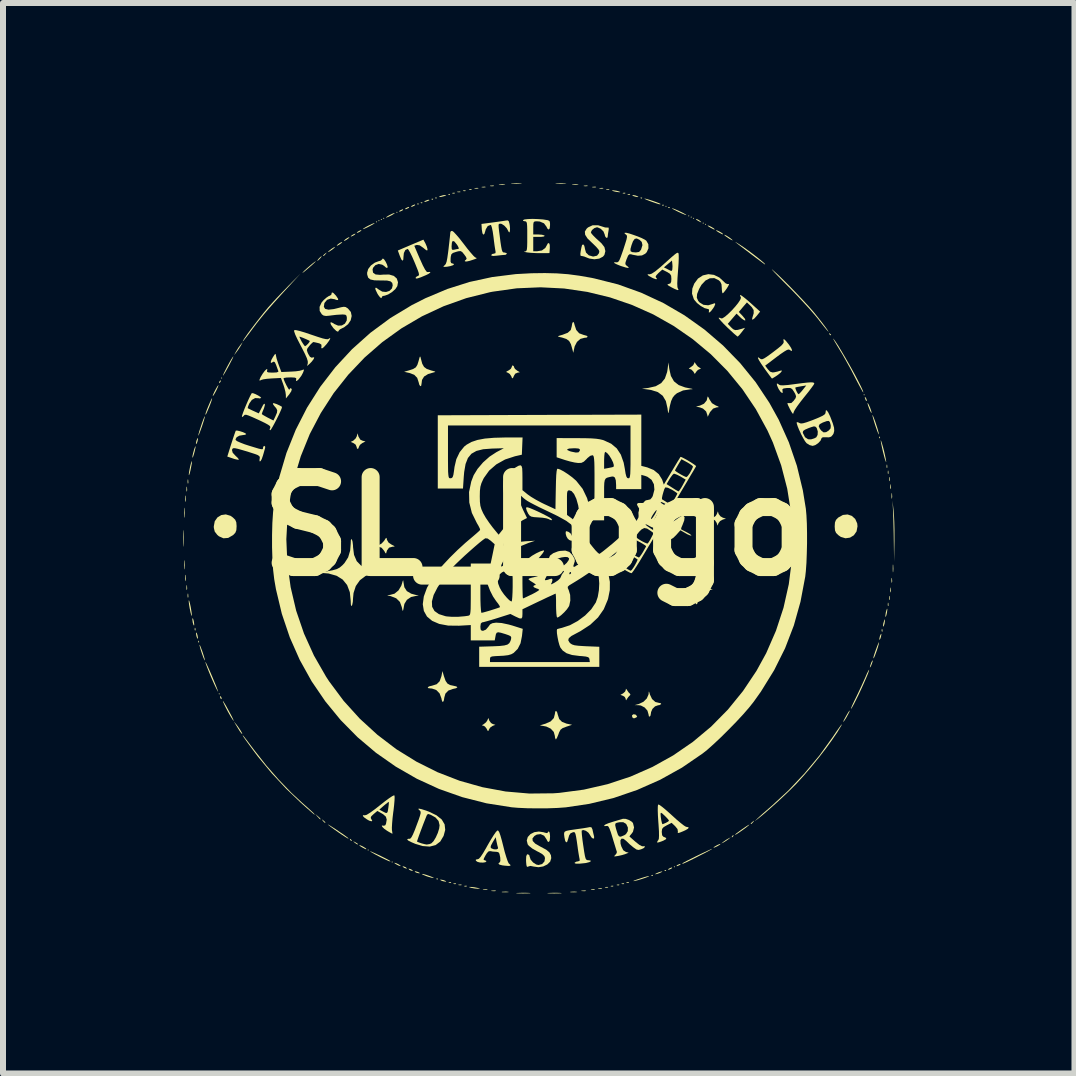
<source format=kicad_pcb>
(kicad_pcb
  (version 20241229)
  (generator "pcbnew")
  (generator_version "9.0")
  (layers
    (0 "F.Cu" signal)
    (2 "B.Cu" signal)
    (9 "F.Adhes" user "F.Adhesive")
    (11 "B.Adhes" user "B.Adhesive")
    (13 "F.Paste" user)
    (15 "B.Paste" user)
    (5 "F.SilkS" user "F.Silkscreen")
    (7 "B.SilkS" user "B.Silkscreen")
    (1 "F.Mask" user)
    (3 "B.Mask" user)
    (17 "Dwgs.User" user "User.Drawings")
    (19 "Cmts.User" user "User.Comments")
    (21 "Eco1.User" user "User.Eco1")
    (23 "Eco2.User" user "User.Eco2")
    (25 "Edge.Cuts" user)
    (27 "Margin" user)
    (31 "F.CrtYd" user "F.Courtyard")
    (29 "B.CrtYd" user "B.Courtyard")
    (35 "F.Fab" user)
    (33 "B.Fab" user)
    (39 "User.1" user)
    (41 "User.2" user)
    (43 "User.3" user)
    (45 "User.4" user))
  (footprint "SL_Logo"
    (layer "F.Cu")
    (at 5.877 5.722)
    (property "Reference" "SL_Logo" (at 0 0 0) (layer "F.SilkS") (effects (font (size 1.5 1.5) (thickness 0.3))))
    (attr board_only exclude_from_pos_files exclude_from_bom)
    (fp_poly (pts (xy -5.264 2.792) (xy -5.274 2.802) (xy -5.284 2.792) (xy -5.274 2.782)) (stroke (width 0) (type solid)) (fill yes) (layer "F.SilkS"))
    (fp_poly (pts (xy -5.224 -2.472) (xy -5.234 -2.462) (xy -5.244 -2.472) (xy -5.234 -2.482)) (stroke (width 0) (type solid)) (fill yes) (layer "F.SilkS"))
    (fp_poly (pts (xy -2.782 5.394) (xy -2.792 5.404) (xy -2.802 5.394) (xy -2.792 5.384)) (stroke (width 0) (type solid)) (fill yes) (layer "F.SilkS"))
    (fp_poly (pts (xy -2.642 -5.074) (xy -2.652 -5.064) (xy -2.662 -5.074) (xy -2.652 -5.084)) (stroke (width 0) (type solid)) (fill yes) (layer "F.SilkS"))
    (fp_poly (pts (xy -2.602 -5.094) (xy -2.612 -5.084) (xy -2.622 -5.094) (xy -2.612 -5.104)) (stroke (width 0) (type solid)) (fill yes) (layer "F.SilkS"))
    (fp_poly (pts (xy -2.562 -5.114) (xy -2.572 -5.104) (xy -2.582 -5.114) (xy -2.572 -5.124)) (stroke (width 0) (type solid)) (fill yes) (layer "F.SilkS"))
    (fp_poly (pts (xy -2.522 -5.134) (xy -2.532 -5.124) (xy -2.542 -5.134) (xy -2.532 -5.144)) (stroke (width 0) (type solid)) (fill yes) (layer "F.SilkS"))
    (fp_poly (pts (xy -2.382 5.594) (xy -2.392 5.604) (xy -2.402 5.594) (xy -2.392 5.584)) (stroke (width 0) (type solid)) (fill yes) (layer "F.SilkS"))
    (fp_poly (pts (xy -2.302 -5.234) (xy -2.312 -5.224) (xy -2.322 -5.234) (xy -2.312 -5.244)) (stroke (width 0) (type solid)) (fill yes) (layer "F.SilkS"))
    (fp_poly (pts (xy 2.182 -5.334) (xy 2.172 -5.324) (xy 2.162 -5.334) (xy 2.172 -5.344)) (stroke (width 0) (type solid)) (fill yes) (layer "F.SilkS"))
    (fp_poly (pts (xy 2.322 5.674) (xy 2.312 5.684) (xy 2.302 5.674) (xy 2.312 5.664)) (stroke (width 0) (type solid)) (fill yes) (layer "F.SilkS"))
    (fp_poly (pts (xy 2.562 -5.174) (xy 2.552 -5.164) (xy 2.542 -5.174) (xy 2.552 -5.184)) (stroke (width 0) (type solid)) (fill yes) (layer "F.SilkS"))
    (fp_poly (pts (xy 2.602 -5.154) (xy 2.592 -5.144) (xy 2.582 -5.154) (xy 2.592 -5.164)) (stroke (width 0) (type solid)) (fill yes) (layer "F.SilkS"))
    (fp_poly (pts (xy 2.642 -5.134) (xy 2.632 -5.124) (xy 2.622 -5.134) (xy 2.632 -5.144)) (stroke (width 0) (type solid)) (fill yes) (layer "F.SilkS"))
    (fp_poly (pts (xy 2.802 -5.054) (xy 2.792 -5.044) (xy 2.782 -5.054) (xy 2.792 -5.064)) (stroke (width 0) (type solid)) (fill yes) (layer "F.SilkS"))
    (fp_poly (pts (xy 2.842 -5.034) (xy 2.832 -5.024) (xy 2.822 -5.034) (xy 2.832 -5.044)) (stroke (width 0) (type solid)) (fill yes) (layer "F.SilkS"))
    (fp_poly (pts (xy 5.484 -2.192) (xy 5.474 -2.182) (xy 5.464 -2.192) (xy 5.474 -2.202)) (stroke (width 0) (type solid)) (fill yes) (layer "F.SilkS"))
    (fp_poly (pts (xy -5.671 1.698) (xy -5.668 1.729) (xy -5.672 1.736) (xy -5.681 1.73) (xy -5.683 1.71) (xy -5.678 1.688)) (stroke (width 0) (type solid)) (fill yes) (layer "F.SilkS"))
    (fp_poly (pts (xy -5.611 1.908) (xy -5.609 1.932) (xy -5.611 1.935) (xy -5.623 1.932) (xy -5.624 1.922) (xy -5.617 1.905)) (stroke (width 0) (type solid)) (fill yes) (layer "F.SilkS"))
    (fp_poly (pts (xy -1.948 -5.378) (xy -1.951 -5.366) (xy -1.962 -5.364) (xy -1.978 -5.372) (xy -1.975 -5.378) (xy -1.951 -5.38)) (stroke (width 0) (type solid)) (fill yes) (layer "F.SilkS"))
    (fp_poly (pts (xy -1.888 -5.398) (xy -1.891 -5.386) (xy -1.901 -5.384) (xy -1.918 -5.392) (xy -1.915 -5.398) (xy -1.891 -5.4)) (stroke (width 0) (type solid)) (fill yes) (layer "F.SilkS"))
    (fp_poly (pts (xy -1.708 -5.458) (xy -1.711 -5.446) (xy -1.721 -5.444) (xy -1.738 -5.452) (xy -1.735 -5.458) (xy -1.711 -5.46)) (stroke (width 0) (type solid)) (fill yes) (layer "F.SilkS"))
    (fp_poly (pts (xy -1.648 -5.478) (xy -1.651 -5.466) (xy -1.661 -5.464) (xy -1.678 -5.472) (xy -1.675 -5.478) (xy -1.651 -5.48)) (stroke (width 0) (type solid)) (fill yes) (layer "F.SilkS"))
    (fp_poly (pts (xy -1.628 5.871) (xy -1.631 5.883) (xy -1.641 5.885) (xy -1.658 5.877) (xy -1.655 5.871) (xy -1.631 5.869)) (stroke (width 0) (type solid)) (fill yes) (layer "F.SilkS"))
    (fp_poly (pts (xy -1.428 -5.538) (xy -1.431 -5.526) (xy -1.441 -5.524) (xy -1.458 -5.532) (xy -1.454 -5.538) (xy -1.431 -5.54)) (stroke (width 0) (type solid)) (fill yes) (layer "F.SilkS"))
    (fp_poly (pts (xy -1.407 5.933) (xy -1.412 5.942) (xy -1.433 5.943) (xy -1.454 5.938) (xy -1.445 5.931) (xy -1.414 5.929)) (stroke (width 0) (type solid)) (fill yes) (layer "F.SilkS"))
    (fp_poly (pts (xy -1.346 -5.556) (xy -1.352 -5.547) (xy -1.373 -5.546) (xy -1.394 -5.551) (xy -1.385 -5.558) (xy -1.354 -5.56)) (stroke (width 0) (type solid)) (fill yes) (layer "F.SilkS"))
    (fp_poly (pts (xy -1.326 5.953) (xy -1.332 5.962) (xy -1.353 5.963) (xy -1.374 5.958) (xy -1.365 5.951) (xy -1.334 5.949)) (stroke (width 0) (type solid)) (fill yes) (layer "F.SilkS"))
    (fp_poly (pts (xy -1.256 -5.578) (xy -1.253 -5.57) (xy -1.281 -5.568) (xy -1.309 -5.571) (xy -1.306 -5.578) (xy -1.265 -5.58)) (stroke (width 0) (type solid)) (fill yes) (layer "F.SilkS"))
    (fp_poly (pts (xy -1.236 5.971) (xy -1.233 5.979) (xy -1.261 5.982) (xy -1.289 5.978) (xy -1.286 5.971) (xy -1.245 5.969)) (stroke (width 0) (type solid)) (fill yes) (layer "F.SilkS"))
    (fp_poly (pts (xy -1.166 -5.596) (xy -1.172 -5.587) (xy -1.193 -5.586) (xy -1.214 -5.591) (xy -1.205 -5.598) (xy -1.173 -5.6)) (stroke (width 0) (type solid)) (fill yes) (layer "F.SilkS"))
    (fp_poly (pts (xy -1.146 5.993) (xy -1.152 6.002) (xy -1.173 6.003) (xy -1.194 5.998) (xy -1.185 5.991) (xy -1.153 5.989)) (stroke (width 0) (type solid)) (fill yes) (layer "F.SilkS"))
    (fp_poly (pts (xy -1.066 -5.617) (xy -1.072 -5.607) (xy -1.093 -5.606) (xy -1.114 -5.611) (xy -1.105 -5.618) (xy -1.073 -5.62)) (stroke (width 0) (type solid)) (fill yes) (layer "F.SilkS"))
    (fp_poly (pts (xy 1.206 6.011) (xy 1.208 6.019) (xy 1.181 6.022) (xy 1.153 6.018) (xy 1.156 6.011) (xy 1.197 6.009)) (stroke (width 0) (type solid)) (fill yes) (layer "F.SilkS"))
    (fp_poly (pts (xy 1.226 -5.618) (xy 1.228 -5.61) (xy 1.201 -5.608) (xy 1.173 -5.611) (xy 1.176 -5.618) (xy 1.217 -5.62)) (stroke (width 0) (type solid)) (fill yes) (layer "F.SilkS"))
    (fp_poly (pts (xy 1.296 5.993) (xy 1.29 6.002) (xy 1.269 6.003) (xy 1.248 5.998) (xy 1.257 5.991) (xy 1.289 5.989)) (stroke (width 0) (type solid)) (fill yes) (layer "F.SilkS"))
    (fp_poly (pts (xy 1.396 5.973) (xy 1.39 5.982) (xy 1.369 5.983) (xy 1.348 5.978) (xy 1.357 5.971) (xy 1.389 5.969)) (stroke (width 0) (type solid)) (fill yes) (layer "F.SilkS"))
    (fp_poly (pts (xy 1.476 5.953) (xy 1.47 5.962) (xy 1.449 5.963) (xy 1.428 5.958) (xy 1.437 5.951) (xy 1.469 5.949)) (stroke (width 0) (type solid)) (fill yes) (layer "F.SilkS"))
    (fp_poly (pts (xy 1.496 -5.556) (xy 1.49 -5.547) (xy 1.469 -5.546) (xy 1.448 -5.551) (xy 1.457 -5.558) (xy 1.489 -5.56)) (stroke (width 0) (type solid)) (fill yes) (layer "F.SilkS"))
    (fp_poly (pts (xy 1.556 5.933) (xy 1.55 5.942) (xy 1.53 5.943) (xy 1.508 5.938) (xy 1.517 5.931) (xy 1.549 5.929)) (stroke (width 0) (type solid)) (fill yes) (layer "F.SilkS"))
    (fp_poly (pts (xy 1.576 -5.536) (xy 1.57 -5.527) (xy 1.55 -5.526) (xy 1.528 -5.531) (xy 1.537 -5.538) (xy 1.569 -5.54)) (stroke (width 0) (type solid)) (fill yes) (layer "F.SilkS"))
    (fp_poly (pts (xy 1.775 -5.478) (xy 1.772 -5.466) (xy 1.761 -5.464) (xy 1.745 -5.472) (xy 1.748 -5.478) (xy 1.772 -5.48)) (stroke (width 0) (type solid)) (fill yes) (layer "F.SilkS"))
    (fp_poly (pts (xy 1.955 5.811) (xy 1.952 5.823) (xy 1.942 5.825) (xy 1.925 5.817) (xy 1.928 5.811) (xy 1.952 5.809)) (stroke (width 0) (type solid)) (fill yes) (layer "F.SilkS"))
    (fp_poly (pts (xy 2.135 -5.358) (xy 2.132 -5.346) (xy 2.122 -5.344) (xy 2.105 -5.352) (xy 2.108 -5.358) (xy 2.132 -5.36)) (stroke (width 0) (type solid)) (fill yes) (layer "F.SilkS"))
    (fp_poly (pts (xy 2.175 5.731) (xy 2.172 5.743) (xy 2.162 5.745) (xy 2.145 5.737) (xy 2.148 5.731) (xy 2.172 5.729)) (stroke (width 0) (type solid)) (fill yes) (layer "F.SilkS"))
    (fp_poly (pts (xy 2.235 -5.318) (xy 2.232 -5.306) (xy 2.222 -5.304) (xy 2.205 -5.311) (xy 2.208 -5.318) (xy 2.232 -5.32)) (stroke (width 0) (type solid)) (fill yes) (layer "F.SilkS"))
    (fp_poly (pts (xy 5.738 -1.495) (xy 5.74 -1.471) (xy 5.738 -1.468) (xy 5.726 -1.471) (xy 5.725 -1.481) (xy 5.732 -1.498)) (stroke (width 0) (type solid)) (fill yes) (layer "F.SilkS"))
    (fp_poly (pts (xy 5.778 1.718) (xy 5.781 1.749) (xy 5.777 1.756) (xy 5.768 1.75) (xy 5.766 1.73) (xy 5.771 1.708)) (stroke (width 0) (type solid)) (fill yes) (layer "F.SilkS"))
    (fp_poly (pts (xy 5.858 -1.026) (xy 5.861 -0.985) (xy 5.858 -0.976) (xy 5.851 -0.973) (xy 5.848 -1.001) (xy 5.851 -1.029)) (stroke (width 0) (type solid)) (fill yes) (layer "F.SilkS"))
    (fp_poly (pts (xy 5.878 -0.926) (xy 5.881 -0.885) (xy 5.878 -0.876) (xy 5.871 -0.873) (xy 5.868 -0.901) (xy 5.871 -0.929)) (stroke (width 0) (type solid)) (fill yes) (layer "F.SilkS"))
    (fp_poly (pts (xy 5.878 1.276) (xy 5.881 1.317) (xy 5.878 1.326) (xy 5.871 1.329) (xy 5.868 1.301) (xy 5.871 1.273)) (stroke (width 0) (type solid)) (fill yes) (layer "F.SilkS"))
    (fp_poly (pts (xy -5.25 -2.411) (xy -5.262 -2.397) (xy -5.278 -2.384) (xy -5.274 -2.404) (xy -5.273 -2.408) (xy -5.257 -2.432) (xy -5.248 -2.432)) (stroke (width 0) (type solid)) (fill yes) (layer "F.SilkS"))
    (fp_poly (pts (xy -5.245 2.837) (xy -5.237 2.851) (xy -5.232 2.88) (xy -5.246 2.874) (xy -5.255 2.861) (xy -5.261 2.835) (xy -5.259 2.83)) (stroke (width 0) (type solid)) (fill yes) (layer "F.SilkS"))
    (fp_poly (pts (xy -3.628 4.832) (xy -3.59 4.867) (xy -3.585 4.883) (xy -3.59 4.884) (xy -3.606 4.87) (xy -3.635 4.839) (xy -3.673 4.794)) (stroke (width 0) (type solid)) (fill yes) (layer "F.SilkS"))
    (fp_poly (pts (xy -3.086 5.212) (xy -3.064 5.232) (xy -3.068 5.244) (xy -3.071 5.244) (xy -3.088 5.23) (xy -3.094 5.221) (xy -3.097 5.207)) (stroke (width 0) (type solid)) (fill yes) (layer "F.SilkS"))
    (fp_poly (pts (xy 4.901 -3.214) (xy 4.922 -3.196) (xy 4.924 -3.191) (xy 4.914 -3.183) (xy 4.895 -3.202) (xy 4.892 -3.206) (xy 4.89 -3.219)) (stroke (width 0) (type solid)) (fill yes) (layer "F.SilkS"))
    (fp_poly (pts (xy 5.507 -2.135) (xy 5.52 -2.102) (xy 5.519 -2.089) (xy 5.505 -2.096) (xy 5.497 -2.112) (xy 5.485 -2.15) (xy 5.49 -2.158)) (stroke (width 0) (type solid)) (fill yes) (layer "F.SilkS"))
    (fp_poly (pts (xy -5.83 -0.505) (xy -5.827 -0.447) (xy -5.83 -0.415) (xy -5.835 -0.406) (xy -5.839 -0.431) (xy -5.839 -0.46) (xy -5.838 -0.504) (xy -5.834 -0.516)) (stroke (width 0) (type solid)) (fill yes) (layer "F.SilkS"))
    (fp_poly (pts (xy -5.83 0.816) (xy -5.827 0.874) (xy -5.83 0.906) (xy -5.835 0.915) (xy -5.839 0.89) (xy -5.839 0.861) (xy -5.838 0.817) (xy -5.834 0.806)) (stroke (width 0) (type solid)) (fill yes) (layer "F.SilkS"))
    (fp_poly (pts (xy -5.811 -0.656) (xy -5.808 -0.605) (xy -5.811 -0.585) (xy -5.817 -0.579) (xy -5.82 -0.607) (xy -5.82 -0.62) (xy -5.818 -0.657) (xy -5.813 -0.661)) (stroke (width 0) (type solid)) (fill yes) (layer "F.SilkS"))
    (fp_poly (pts (xy -5.811 0.986) (xy -5.808 1.037) (xy -5.811 1.056) (xy -5.817 1.062) (xy -5.82 1.034) (xy -5.82 1.021) (xy -5.818 0.984) (xy -5.813 0.98)) (stroke (width 0) (type solid)) (fill yes) (layer "F.SilkS"))
    (fp_poly (pts (xy -5.792 -0.779) (xy -5.791 -0.775) (xy -5.788 -0.732) (xy -5.791 -0.715) (xy -5.798 -0.715) (xy -5.801 -0.746) (xy -5.801 -0.751) (xy -5.798 -0.782)) (stroke (width 0) (type solid)) (fill yes) (layer "F.SilkS"))
    (fp_poly (pts (xy -5.792 1.123) (xy -5.791 1.126) (xy -5.788 1.17) (xy -5.791 1.186) (xy -5.798 1.187) (xy -5.801 1.156) (xy -5.801 1.151) (xy -5.798 1.12)) (stroke (width 0) (type solid)) (fill yes) (layer "F.SilkS"))
    (fp_poly (pts (xy -5.648 1.778) (xy -5.636 1.813) (xy -5.629 1.855) (xy -5.631 1.875) (xy -5.641 1.865) (xy -5.653 1.83) (xy -5.66 1.788) (xy -5.658 1.768)) (stroke (width 0) (type solid)) (fill yes) (layer "F.SilkS"))
    (fp_poly (pts (xy -5.627 -1.461) (xy -5.635 -1.418) (xy -5.644 -1.391) (xy -5.658 -1.369) (xy -5.662 -1.381) (xy -5.654 -1.424) (xy -5.644 -1.451) (xy -5.631 -1.473)) (stroke (width 0) (type solid)) (fill yes) (layer "F.SilkS"))
    (fp_poly (pts (xy -4.914 -3.011) (xy -4.951 -2.952) (xy -4.988 -2.901) (xy -5.027 -2.852) (xy -4.993 -2.914) (xy -4.957 -2.973) (xy -4.92 -3.024) (xy -4.881 -3.072)) (stroke (width 0) (type solid)) (fill yes) (layer "F.SilkS"))
    (fp_poly (pts (xy -3.571 -4.491) (xy -3.593 -4.464) (xy -3.623 -4.434) (xy -3.639 -4.423) (xy -3.635 -4.436) (xy -3.613 -4.464) (xy -3.583 -4.493) (xy -3.567 -4.504)) (stroke (width 0) (type solid)) (fill yes) (layer "F.SilkS"))
    (fp_poly (pts (xy -3.552 4.89) (xy -3.538 4.901) (xy -3.51 4.926) (xy -3.503 4.936) (xy -3.512 4.942) (xy -3.539 4.917) (xy -3.545 4.909) (xy -3.563 4.885)) (stroke (width 0) (type solid)) (fill yes) (layer "F.SilkS"))
    (fp_poly (pts (xy -3.489 -4.553) (xy -3.5 -4.539) (xy -3.529 -4.507) (xy -3.542 -4.508) (xy -3.543 -4.511) (xy -3.529 -4.528) (xy -3.508 -4.546) (xy -3.484 -4.563)) (stroke (width 0) (type solid)) (fill yes) (layer "F.SilkS"))
    (fp_poly (pts (xy -3.032 5.252) (xy -3.007 5.264) (xy -2.973 5.284) (xy -2.962 5.295) (xy -2.969 5.303) (xy -2.993 5.289) (xy -3.014 5.273) (xy -3.039 5.252)) (stroke (width 0) (type solid)) (fill yes) (layer "F.SilkS"))
    (fp_poly (pts (xy -3.002 -4.875) (xy -3.018 -4.859) (xy -3.042 -4.844) (xy -3.073 -4.831) (xy -3.082 -4.832) (xy -3.067 -4.848) (xy -3.042 -4.864) (xy -3.011 -4.877)) (stroke (width 0) (type solid)) (fill yes) (layer "F.SilkS"))
    (fp_poly (pts (xy -2.902 -4.935) (xy -2.918 -4.919) (xy -2.942 -4.904) (xy -2.973 -4.891) (xy -2.982 -4.892) (xy -2.967 -4.909) (xy -2.942 -4.924) (xy -2.911 -4.937)) (stroke (width 0) (type solid)) (fill yes) (layer "F.SilkS"))
    (fp_poly (pts (xy -2.208 -5.275) (xy -2.222 -5.264) (xy -2.258 -5.247) (xy -2.272 -5.245) (xy -2.275 -5.253) (xy -2.262 -5.264) (xy -2.225 -5.281) (xy -2.212 -5.284)) (stroke (width 0) (type solid)) (fill yes) (layer "F.SilkS"))
    (fp_poly (pts (xy -2.179 5.675) (xy -2.162 5.684) (xy -2.146 5.7) (xy -2.152 5.704) (xy -2.185 5.694) (xy -2.202 5.684) (xy -2.218 5.669) (xy -2.212 5.665)) (stroke (width 0) (type solid)) (fill yes) (layer "F.SilkS"))
    (fp_poly (pts (xy -2.108 -5.315) (xy -2.122 -5.304) (xy -2.158 -5.287) (xy -2.172 -5.285) (xy -2.175 -5.293) (xy -2.162 -5.304) (xy -2.125 -5.321) (xy -2.112 -5.324)) (stroke (width 0) (type solid)) (fill yes) (layer "F.SilkS"))
    (fp_poly (pts (xy -2.079 5.715) (xy -2.062 5.725) (xy -2.046 5.74) (xy -2.052 5.744) (xy -2.085 5.734) (xy -2.102 5.725) (xy -2.118 5.709) (xy -2.112 5.705)) (stroke (width 0) (type solid)) (fill yes) (layer "F.SilkS"))
    (fp_poly (pts (xy -2.008 -5.355) (xy -2.022 -5.344) (xy -2.058 -5.327) (xy -2.072 -5.325) (xy -2.075 -5.333) (xy -2.062 -5.344) (xy -2.025 -5.361) (xy -2.012 -5.364)) (stroke (width 0) (type solid)) (fill yes) (layer "F.SilkS"))
    (fp_poly (pts (xy -1.965 5.759) (xy -1.952 5.765) (xy -1.929 5.778) (xy -1.942 5.783) (xy -1.984 5.773) (xy -2.002 5.765) (xy -2.017 5.75) (xy -2.003 5.748)) (stroke (width 0) (type solid)) (fill yes) (layer "F.SilkS"))
    (fp_poly (pts (xy -1.769 -5.437) (xy -1.791 -5.424) (xy -1.834 -5.409) (xy -1.856 -5.407) (xy -1.85 -5.419) (xy -1.841 -5.424) (xy -1.799 -5.441) (xy -1.781 -5.443)) (stroke (width 0) (type solid)) (fill yes) (layer "F.SilkS"))
    (fp_poly (pts (xy -1.538 5.895) (xy -1.511 5.905) (xy -1.489 5.918) (xy -1.501 5.922) (xy -1.544 5.914) (xy -1.571 5.905) (xy -1.593 5.891) (xy -1.581 5.887)) (stroke (width 0) (type solid)) (fill yes) (layer "F.SilkS"))
    (fp_poly (pts (xy -0.955 -5.638) (xy -0.955 -5.631) (xy -0.986 -5.628) (xy -0.991 -5.628) (xy -1.022 -5.631) (xy -1.019 -5.637) (xy -1.015 -5.638) (xy -0.972 -5.641)) (stroke (width 0) (type solid)) (fill yes) (layer "F.SilkS"))
    (fp_poly (pts (xy -0.835 -5.658) (xy -0.835 -5.651) (xy -0.866 -5.648) (xy -0.871 -5.648) (xy -0.902 -5.651) (xy -0.899 -5.657) (xy -0.895 -5.658) (xy -0.852 -5.661)) (stroke (width 0) (type solid)) (fill yes) (layer "F.SilkS"))
    (fp_poly (pts (xy -0.806 6.051) (xy -0.799 6.057) (xy -0.827 6.06) (xy -0.841 6.06) (xy -0.877 6.058) (xy -0.881 6.053) (xy -0.876 6.051) (xy -0.825 6.048)) (stroke (width 0) (type solid)) (fill yes) (layer "F.SilkS"))
    (fp_poly (pts (xy -0.695 -5.678) (xy -0.695 -5.671) (xy -0.726 -5.668) (xy -0.731 -5.668) (xy -0.762 -5.671) (xy -0.759 -5.677) (xy -0.755 -5.678) (xy -0.712 -5.681)) (stroke (width 0) (type solid)) (fill yes) (layer "F.SilkS"))
    (fp_poly (pts (xy -0.666 6.071) (xy -0.659 6.077) (xy -0.687 6.08) (xy -0.701 6.08) (xy -0.737 6.078) (xy -0.741 6.073) (xy -0.736 6.071) (xy -0.685 6.068)) (stroke (width 0) (type solid)) (fill yes) (layer "F.SilkS"))
    (fp_poly (pts (xy -0.515 -5.699) (xy -0.506 -5.694) (xy -0.531 -5.691) (xy -0.56 -5.69) (xy -0.604 -5.691) (xy -0.616 -5.695) (xy -0.605 -5.699) (xy -0.547 -5.702)) (stroke (width 0) (type solid)) (fill yes) (layer "F.SilkS"))
    (fp_poly (pts (xy -0.455 6.091) (xy -0.447 6.095) (xy -0.473 6.098) (xy -0.51 6.099) (xy -0.556 6.098) (xy -0.569 6.094) (xy -0.555 6.09) (xy -0.496 6.087)) (stroke (width 0) (type solid)) (fill yes) (layer "F.SilkS"))
    (fp_poly (pts (xy 0.686 6.091) (xy 0.694 6.095) (xy 0.668 6.098) (xy 0.63 6.099) (xy 0.585 6.098) (xy 0.572 6.094) (xy 0.586 6.09) (xy 0.645 6.087)) (stroke (width 0) (type solid)) (fill yes) (layer "F.SilkS"))
    (fp_poly (pts (xy 0.706 -5.699) (xy 0.715 -5.694) (xy 0.69 -5.691) (xy 0.661 -5.69) (xy 0.617 -5.691) (xy 0.605 -5.695) (xy 0.615 -5.699) (xy 0.674 -5.702)) (stroke (width 0) (type solid)) (fill yes) (layer "F.SilkS"))
    (fp_poly (pts (xy 0.836 6.071) (xy 0.842 6.077) (xy 0.814 6.08) (xy 0.801 6.08) (xy 0.764 6.078) (xy 0.76 6.073) (xy 0.766 6.071) (xy 0.816 6.068)) (stroke (width 0) (type solid)) (fill yes) (layer "F.SilkS"))
    (fp_poly (pts (xy 0.866 -5.678) (xy 0.867 -5.671) (xy 0.835 -5.668) (xy 0.831 -5.668) (xy 0.8 -5.671) (xy 0.803 -5.677) (xy 0.806 -5.678) (xy 0.85 -5.681)) (stroke (width 0) (type solid)) (fill yes) (layer "F.SilkS"))
    (fp_poly (pts (xy 0.986 6.052) (xy 0.987 6.058) (xy 0.955 6.061) (xy 0.951 6.061) (xy 0.92 6.058) (xy 0.923 6.052) (xy 0.926 6.051) (xy 0.97 6.048)) (stroke (width 0) (type solid)) (fill yes) (layer "F.SilkS"))
    (fp_poly (pts (xy 1.006 -5.658) (xy 1.007 -5.651) (xy 0.976 -5.648) (xy 0.971 -5.648) (xy 0.94 -5.651) (xy 0.943 -5.657) (xy 0.946 -5.658) (xy 0.99 -5.661)) (stroke (width 0) (type solid)) (fill yes) (layer "F.SilkS"))
    (fp_poly (pts (xy 1.106 6.032) (xy 1.107 6.038) (xy 1.076 6.041) (xy 1.071 6.041) (xy 1.04 6.038) (xy 1.043 6.032) (xy 1.046 6.031) (xy 1.09 6.028)) (stroke (width 0) (type solid)) (fill yes) (layer "F.SilkS"))
    (fp_poly (pts (xy 1.126 -5.638) (xy 1.127 -5.631) (xy 1.096 -5.628) (xy 1.091 -5.628) (xy 1.06 -5.631) (xy 1.063 -5.637) (xy 1.066 -5.638) (xy 1.11 -5.641)) (stroke (width 0) (type solid)) (fill yes) (layer "F.SilkS"))
    (fp_poly (pts (xy 1.664 -5.514) (xy 1.691 -5.504) (xy 1.713 -5.491) (xy 1.701 -5.487) (xy 1.659 -5.495) (xy 1.631 -5.504) (xy 1.609 -5.518) (xy 1.621 -5.522)) (stroke (width 0) (type solid)) (fill yes) (layer "F.SilkS"))
    (fp_poly (pts (xy 2.275 5.693) (xy 2.262 5.704) (xy 2.225 5.721) (xy 2.212 5.724) (xy 2.208 5.716) (xy 2.222 5.704) (xy 2.258 5.688) (xy 2.272 5.685)) (stroke (width 0) (type solid)) (fill yes) (layer "F.SilkS"))
    (fp_poly (pts (xy 2.415 5.633) (xy 2.402 5.644) (xy 2.365 5.661) (xy 2.352 5.664) (xy 2.348 5.656) (xy 2.362 5.644) (xy 2.398 5.628) (xy 2.412 5.625)) (stroke (width 0) (type solid)) (fill yes) (layer "F.SilkS"))
    (fp_poly (pts (xy 3.213 5.214) (xy 3.164 5.248) (xy 3.132 5.267) (xy 3.092 5.286) (xy 3.132 5.254) (xy 3.181 5.22) (xy 3.213 5.202) (xy 3.253 5.182)) (stroke (width 0) (type solid)) (fill yes) (layer "F.SilkS"))
    (fp_poly (pts (xy 3.296 5.157) (xy 3.293 5.164) (xy 3.274 5.183) (xy 3.27 5.184) (xy 3.269 5.171) (xy 3.273 5.164) (xy 3.291 5.145) (xy 3.295 5.144)) (stroke (width 0) (type solid)) (fill yes) (layer "F.SilkS"))
    (fp_poly (pts (xy 3.637 4.914) (xy 3.625 4.929) (xy 3.596 4.96) (xy 3.583 4.96) (xy 3.583 4.956) (xy 3.596 4.94) (xy 3.618 4.921) (xy 3.642 4.904)) (stroke (width 0) (type solid)) (fill yes) (layer "F.SilkS"))
    (fp_poly (pts (xy 5.762 1.801) (xy 5.754 1.844) (xy 5.745 1.871) (xy 5.731 1.893) (xy 5.727 1.881) (xy 5.735 1.839) (xy 5.745 1.811) (xy 5.758 1.79)) (stroke (width 0) (type solid)) (fill yes) (layer "F.SilkS"))
    (fp_poly (pts (xy 5.898 -0.819) (xy 5.899 -0.815) (xy 5.901 -0.772) (xy 5.898 -0.755) (xy 5.891 -0.755) (xy 5.889 -0.786) (xy 5.889 -0.791) (xy 5.891 -0.822)) (stroke (width 0) (type solid)) (fill yes) (layer "F.SilkS"))
    (fp_poly (pts (xy 5.898 1.163) (xy 5.899 1.166) (xy 5.901 1.21) (xy 5.898 1.226) (xy 5.891 1.227) (xy 5.889 1.196) (xy 5.889 1.191) (xy 5.891 1.16)) (stroke (width 0) (type solid)) (fill yes) (layer "F.SilkS"))
    (fp_poly (pts (xy 5.918 -0.696) (xy 5.922 -0.645) (xy 5.918 -0.625) (xy 5.913 -0.619) (xy 5.909 -0.647) (xy 5.909 -0.661) (xy 5.911 -0.697) (xy 5.917 -0.701)) (stroke (width 0) (type solid)) (fill yes) (layer "F.SilkS"))
    (fp_poly (pts (xy 5.918 1.026) (xy 5.922 1.077) (xy 5.918 1.096) (xy 5.913 1.102) (xy 5.909 1.074) (xy 5.909 1.061) (xy 5.911 1.024) (xy 5.917 1.02)) (stroke (width 0) (type solid)) (fill yes) (layer "F.SilkS"))
    (fp_poly (pts (xy 5.938 0.866) (xy 5.942 0.916) (xy 5.938 0.936) (xy 5.933 0.942) (xy 5.93 0.914) (xy 5.929 0.901) (xy 5.931 0.864) (xy 5.937 0.86)) (stroke (width 0) (type solid)) (fill yes) (layer "F.SilkS"))
    (fp_poly (pts (xy 5.939 -0.545) (xy 5.942 -0.493) (xy 5.938 -0.465) (xy 5.933 -0.46) (xy 5.93 -0.489) (xy 5.93 -0.51) (xy 5.932 -0.549) (xy 5.936 -0.555)) (stroke (width 0) (type solid)) (fill yes) (layer "F.SilkS"))
    (fp_poly (pts (xy 5.959 0.646) (xy 5.962 0.71) (xy 5.959 0.756) (xy 5.955 0.768) (xy 5.952 0.745) (xy 5.951 0.701) (xy 5.952 0.651) (xy 5.955 0.633)) (stroke (width 0) (type solid)) (fill yes) (layer "F.SilkS"))
    (fp_poly (pts (xy -1.489 -5.518) (xy -1.503 -5.51) (xy -1.521 -5.504) (xy -1.568 -5.492) (xy -1.601 -5.488) (xy -1.611 -5.492) (xy -1.591 -5.504) (xy -1.539 -5.519) (xy -1.511 -5.521)) (stroke (width 0) (type solid)) (fill yes) (layer "F.SilkS"))
    (fp_poly (pts (xy 2.705 -5.113) (xy 2.733 -5.095) (xy 2.761 -5.071) (xy 2.756 -5.067) (xy 2.721 -5.084) (xy 2.702 -5.094) (xy 2.673 -5.114) (xy 2.673 -5.123) (xy 2.673 -5.123)) (stroke (width 0) (type solid)) (fill yes) (layer "F.SilkS"))
    (fp_poly (pts (xy 5.821 1.557) (xy 5.821 1.571) (xy 5.814 1.624) (xy 5.805 1.651) (xy 5.792 1.673) (xy 5.788 1.661) (xy 5.794 1.62) (xy 5.805 1.581) (xy 5.816 1.551)) (stroke (width 0) (type solid)) (fill yes) (layer "F.SilkS"))
    (fp_poly (pts (xy -5.851 0.572) (xy -5.85 0.575) (xy -5.847 0.646) (xy -5.85 0.706) (xy -5.854 0.721) (xy -5.857 0.7) (xy -5.858 0.649) (xy -5.858 0.641) (xy -5.857 0.586) (xy -5.854 0.561)) (stroke (width 0) (type solid)) (fill yes) (layer "F.SilkS"))
    (fp_poly (pts (xy -5.709 1.54) (xy -5.698 1.578) (xy -5.697 1.584) (xy -5.69 1.635) (xy -5.693 1.655) (xy -5.703 1.641) (xy -5.715 1.601) (xy -5.721 1.555) (xy -5.719 1.53) (xy -5.719 1.529)) (stroke (width 0) (type solid)) (fill yes) (layer "F.SilkS"))
    (fp_poly (pts (xy -3.223 -4.737) (xy -3.237 -4.721) (xy -3.273 -4.695) (xy -3.275 -4.694) (xy -3.307 -4.677) (xy -3.315 -4.679) (xy -3.314 -4.682) (xy -3.292 -4.703) (xy -3.26 -4.725) (xy -3.232 -4.738)) (stroke (width 0) (type solid)) (fill yes) (layer "F.SilkS"))
    (fp_poly (pts (xy -3.102 -4.817) (xy -3.117 -4.801) (xy -3.153 -4.775) (xy -3.155 -4.774) (xy -3.187 -4.757) (xy -3.195 -4.759) (xy -3.194 -4.762) (xy -3.172 -4.783) (xy -3.14 -4.805) (xy -3.112 -4.818)) (stroke (width 0) (type solid)) (fill yes) (layer "F.SilkS"))
    (fp_poly (pts (xy -2.321 5.615) (xy -2.282 5.634) (xy -2.253 5.654) (xy -2.251 5.663) (xy -2.252 5.663) (xy -2.283 5.654) (xy -2.322 5.634) (xy -2.351 5.615) (xy -2.352 5.606) (xy -2.352 5.606)) (stroke (width 0) (type solid)) (fill yes) (layer "F.SilkS"))
    (fp_poly (pts (xy -1.023 6.015) (xy -0.971 6.025) (xy -0.933 6.035) (xy -0.933 6.039) (xy -0.961 6.04) (xy -1.018 6.035) (xy -1.071 6.025) (xy -1.108 6.014) (xy -1.108 6.01) (xy -1.081 6.009)) (stroke (width 0) (type solid)) (fill yes) (layer "F.SilkS"))
    (fp_poly (pts (xy -0.245 -5.719) (xy -0.228 -5.715) (xy -0.246 -5.713) (xy -0.296 -5.711) (xy -0.32 -5.711) (xy -0.38 -5.712) (xy -0.41 -5.714) (xy -0.406 -5.718) (xy -0.395 -5.719) (xy -0.32 -5.722)) (stroke (width 0) (type solid)) (fill yes) (layer "F.SilkS"))
    (fp_poly (pts (xy 0.495 -5.719) (xy 0.513 -5.715) (xy 0.495 -5.713) (xy 0.445 -5.711) (xy 0.42 -5.711) (xy 0.36 -5.712) (xy 0.33 -5.714) (xy 0.335 -5.718) (xy 0.345 -5.719) (xy 0.42 -5.722)) (stroke (width 0) (type solid)) (fill yes) (layer "F.SilkS"))
    (fp_poly (pts (xy 1.342 -5.594) (xy 1.381 -5.584) (xy 1.411 -5.573) (xy 1.404 -5.569) (xy 1.391 -5.568) (xy 1.34 -5.575) (xy 1.301 -5.584) (xy 1.271 -5.596) (xy 1.278 -5.6) (xy 1.291 -5.6)) (stroke (width 0) (type solid)) (fill yes) (layer "F.SilkS"))
    (fp_poly (pts (xy 1.662 3.136) (xy 1.671 3.143) (xy 1.692 3.167) (xy 1.678 3.185) (xy 1.677 3.185) (xy 1.638 3.201) (xy 1.613 3.185) (xy 1.61 3.181) (xy 1.606 3.15) (xy 1.628 3.132)) (stroke (width 0) (type solid)) (fill yes) (layer "F.SilkS"))
    (fp_poly (pts (xy 2.105 5.759) (xy 2.102 5.761) (xy 2.059 5.781) (xy 2.022 5.793) (xy 1.991 5.799) (xy 1.998 5.79) (xy 2.002 5.788) (xy 2.044 5.768) (xy 2.082 5.756) (xy 2.112 5.75)) (stroke (width 0) (type solid)) (fill yes) (layer "F.SilkS"))
    (fp_poly (pts (xy 5.615 2.255) (xy 5.613 2.262) (xy 5.595 2.313) (xy 5.581 2.342) (xy 5.57 2.353) (xy 5.574 2.328) (xy 5.576 2.322) (xy 5.593 2.271) (xy 5.608 2.242) (xy 5.618 2.23)) (stroke (width 0) (type solid)) (fill yes) (layer "F.SilkS"))
    (fp_poly (pts (xy 5.86 1.378) (xy 5.861 1.391) (xy 5.854 1.442) (xy 5.845 1.481) (xy 5.833 1.511) (xy 5.829 1.504) (xy 5.829 1.491) (xy 5.835 1.44) (xy 5.845 1.401) (xy 5.856 1.371)) (stroke (width 0) (type solid)) (fill yes) (layer "F.SilkS"))
    (fp_poly (pts (xy -5.851 -0.303) (xy -5.85 -0.295) (xy -5.847 -0.224) (xy -5.85 -0.157) (xy -5.85 -0.155) (xy -5.854 -0.141) (xy -5.857 -0.162) (xy -5.858 -0.215) (xy -5.858 -0.23) (xy -5.857 -0.287) (xy -5.855 -0.313)) (stroke (width 0) (type solid)) (fill yes) (layer "F.SilkS"))
    (fp_poly (pts (xy -4.988 3.301) (xy -4.955 3.346) (xy -4.922 3.395) (xy -4.898 3.436) (xy -4.889 3.46) (xy -4.89 3.463) (xy -4.906 3.448) (xy -4.932 3.413) (xy -4.967 3.356) (xy -4.996 3.308) (xy -5.029 3.253)) (stroke (width 0) (type solid)) (fill yes) (layer "F.SilkS"))
    (fp_poly (pts (xy -2.917 5.318) (xy -2.882 5.334) (xy -2.842 5.358) (xy -2.822 5.374) (xy -2.822 5.375) (xy -2.825 5.382) (xy -2.839 5.378) (xy -2.875 5.359) (xy -2.887 5.353) (xy -2.931 5.326) (xy -2.94 5.313)) (stroke (width 0) (type solid)) (fill yes) (layer "F.SilkS"))
    (fp_poly (pts (xy -0.133 6.108) (xy -0.104 6.11) (xy -0.083 6.113) (xy -0.099 6.116) (xy -0.146 6.117) (xy -0.21 6.118) (xy -0.281 6.117) (xy -0.322 6.115) (xy -0.329 6.113) (xy -0.305 6.11) (xy -0.22 6.107)) (stroke (width 0) (type solid)) (fill yes) (layer "F.SilkS"))
    (fp_poly (pts (xy 0.387 6.108) (xy 0.416 6.11) (xy 0.437 6.113) (xy 0.422 6.116) (xy 0.374 6.117) (xy 0.31 6.118) (xy 0.239 6.117) (xy 0.198 6.115) (xy 0.191 6.113) (xy 0.216 6.11) (xy 0.3 6.107)) (stroke (width 0) (type solid)) (fill yes) (layer "F.SilkS"))
    (fp_poly (pts (xy 2.888 -5.01) (xy 2.922 -4.994) (xy 2.963 -4.97) (xy 2.982 -4.954) (xy 2.982 -4.953) (xy 2.98 -4.946) (xy 2.966 -4.95) (xy 2.93 -4.969) (xy 2.917 -4.975) (xy 2.874 -5.003) (xy 2.864 -5.015)) (stroke (width 0) (type solid)) (fill yes) (layer "F.SilkS"))
    (fp_poly (pts (xy 3.028 -4.93) (xy 3.062 -4.914) (xy 3.103 -4.89) (xy 3.122 -4.874) (xy 3.122 -4.873) (xy 3.12 -4.866) (xy 3.106 -4.87) (xy 3.07 -4.889) (xy 3.057 -4.895) (xy 3.014 -4.923) (xy 3.004 -4.935)) (stroke (width 0) (type solid)) (fill yes) (layer "F.SilkS"))
    (fp_poly (pts (xy 3.178 -4.846) (xy 3.216 -4.822) (xy 3.254 -4.795) (xy 3.279 -4.773) (xy 3.283 -4.765) (xy 3.261 -4.774) (xy 3.22 -4.798) (xy 3.208 -4.806) (xy 3.165 -4.836) (xy 3.144 -4.855) (xy 3.148 -4.86)) (stroke (width 0) (type solid)) (fill yes) (layer "F.SilkS"))
    (fp_poly (pts (xy -5.667 -1.331) (xy -5.671 -1.302) (xy -5.683 -1.248) (xy -5.693 -1.211) (xy -5.708 -1.163) (xy -5.718 -1.143) (xy -5.721 -1.151) (xy -5.717 -1.184) (xy -5.706 -1.23) (xy -5.693 -1.278) (xy -5.679 -1.317) (xy -5.67 -1.335)) (stroke (width 0) (type solid)) (fill yes) (layer "F.SilkS"))
    (fp_poly (pts (xy -5.286 -2.352) (xy -5.295 -2.324) (xy -5.317 -2.275) (xy -5.334 -2.242) (xy -5.361 -2.195) (xy -5.379 -2.171) (xy -5.382 -2.172) (xy -5.374 -2.2) (xy -5.351 -2.249) (xy -5.334 -2.282) (xy -5.307 -2.329) (xy -5.29 -2.352)) (stroke (width 0) (type solid)) (fill yes) (layer "F.SilkS"))
    (fp_poly (pts (xy -3.343 -4.656) (xy -3.357 -4.639) (xy -3.393 -4.61) (xy -3.403 -4.604) (xy -3.441 -4.578) (xy -3.462 -4.57) (xy -3.463 -4.571) (xy -3.448 -4.588) (xy -3.412 -4.617) (xy -3.403 -4.624) (xy -3.364 -4.649) (xy -3.344 -4.657)) (stroke (width 0) (type solid)) (fill yes) (layer "F.SilkS"))
    (fp_poly (pts (xy -2.698 -5.041) (xy -2.741 -5.016) (xy -2.782 -4.994) (xy -2.836 -4.968) (xy -2.873 -4.954) (xy -2.882 -4.953) (xy -2.866 -4.967) (xy -2.824 -4.992) (xy -2.782 -5.014) (xy -2.728 -5.04) (xy -2.692 -5.054) (xy -2.682 -5.055)) (stroke (width 0) (type solid)) (fill yes) (layer "F.SilkS"))
    (fp_poly (pts (xy -2.354 -5.214) (xy -2.385 -5.194) (xy -2.402 -5.184) (xy -2.451 -5.16) (xy -2.487 -5.146) (xy -2.492 -5.146) (xy -2.489 -5.154) (xy -2.459 -5.174) (xy -2.442 -5.184) (xy -2.392 -5.209) (xy -2.357 -5.222) (xy -2.352 -5.222)) (stroke (width 0) (type solid)) (fill yes) (layer "F.SilkS"))
    (fp_poly (pts (xy -1.875 5.794) (xy -1.827 5.807) (xy -1.78 5.823) (xy -1.727 5.843) (xy -1.7 5.857) (xy -1.701 5.862) (xy -1.738 5.855) (xy -1.794 5.839) (xy -1.818 5.831) (xy -1.867 5.811) (xy -1.894 5.797) (xy -1.896 5.793)) (stroke (width 0) (type solid)) (fill yes) (layer "F.SilkS"))
    (fp_poly (pts (xy 3.082 5.293) (xy 3.067 5.308) (xy 3.028 5.331) (xy 3.022 5.334) (xy 2.982 5.352) (xy 2.963 5.356) (xy 2.962 5.355) (xy 2.978 5.34) (xy 3.017 5.317) (xy 3.022 5.314) (xy 3.062 5.296) (xy 3.082 5.292)) (stroke (width 0) (type solid)) (fill yes) (layer "F.SilkS"))
    (fp_poly (pts (xy 5.226 3.097) (xy 5.205 3.137) (xy 5.18 3.183) (xy 5.154 3.225) (xy 5.134 3.253) (xy 5.125 3.259) (xy 5.134 3.235) (xy 5.156 3.193) (xy 5.189 3.134) (xy 5.217 3.089) (xy 5.23 3.072) (xy 5.235 3.072)) (stroke (width 0) (type solid)) (fill yes) (layer "F.SilkS"))
    (fp_poly (pts (xy 5.543 -2.044) (xy 5.562 -2.005) (xy 5.573 -1.98) (xy 5.591 -1.928) (xy 5.599 -1.895) (xy 5.598 -1.889) (xy 5.587 -1.901) (xy 5.568 -1.94) (xy 5.558 -1.965) (xy 5.539 -2.017) (xy 5.531 -2.05) (xy 5.532 -2.056)) (stroke (width 0) (type solid)) (fill yes) (layer "F.SilkS"))
    (fp_poly (pts (xy -5.87 0.079) (xy -5.87 0.085) (xy -5.867 0.177) (xy -5.868 0.276) (xy -5.87 0.315) (xy -5.873 0.342) (xy -5.875 0.331) (xy -5.876 0.287) (xy -5.877 0.214) (xy -5.877 0.2) (xy -5.877 0.122) (xy -5.875 0.074) (xy -5.873 0.058)) (stroke (width 0) (type solid)) (fill yes) (layer "F.SilkS"))
    (fp_poly (pts (xy -5.773 1.243) (xy -5.761 1.287) (xy -5.747 1.351) (xy -5.747 1.354) (xy -5.736 1.421) (xy -5.73 1.472) (xy -5.731 1.494) (xy -5.739 1.481) (xy -5.751 1.437) (xy -5.764 1.373) (xy -5.765 1.371) (xy -5.776 1.303) (xy -5.782 1.253) (xy -5.78 1.23)) (stroke (width 0) (type solid)) (fill yes) (layer "F.SilkS"))
    (fp_poly (pts (xy -5.728 -1.081) (xy -5.731 -1.046) (xy -5.742 -0.987) (xy -5.753 -0.931) (xy -5.767 -0.877) (xy -5.777 -0.852) (xy -5.781 -0.861) (xy -5.781 -0.861) (xy -5.777 -0.898) (xy -5.768 -0.948) (xy -5.757 -1.002) (xy -5.745 -1.05) (xy -5.734 -1.081) (xy -5.728 -1.086)) (stroke (width 0) (type solid)) (fill yes) (layer "F.SilkS"))
    (fp_poly (pts (xy -5.596 1.979) (xy -5.58 2.017) (xy -5.558 2.077) (xy -5.553 2.09) (xy -5.531 2.158) (xy -5.516 2.21) (xy -5.512 2.235) (xy -5.512 2.236) (xy -5.522 2.223) (xy -5.54 2.181) (xy -5.562 2.119) (xy -5.584 2.052) (xy -5.598 1.999) (xy -5.603 1.973)) (stroke (width 0) (type solid)) (fill yes) (layer "F.SilkS"))
    (fp_poly (pts (xy 2.299 -5.294) (xy 2.351 -5.273) (xy 2.412 -5.245) (xy 2.469 -5.216) (xy 2.505 -5.196) (xy 2.512 -5.187) (xy 2.512 -5.187) (xy 2.485 -5.195) (xy 2.433 -5.216) (xy 2.372 -5.244) (xy 2.315 -5.273) (xy 2.279 -5.293) (xy 2.271 -5.302) (xy 2.272 -5.302)) (stroke (width 0) (type solid)) (fill yes) (layer "F.SilkS"))
    (fp_poly (pts (xy 5.718 1.962) (xy 5.704 2.013) (xy 5.684 2.074) (xy 5.662 2.134) (xy 5.644 2.18) (xy 5.632 2.201) (xy 5.631 2.202) (xy 5.629 2.186) (xy 5.636 2.157) (xy 5.661 2.081) (xy 5.686 2.013) (xy 5.706 1.961) (xy 5.72 1.933) (xy 5.723 1.933)) (stroke (width 0) (type solid)) (fill yes) (layer "F.SilkS"))
    (fp_poly (pts (xy 5.966 -0.26) (xy 5.972 -0.18) (xy 5.977 -0.071) (xy 5.98 0.054) (xy 5.98 0.184) (xy 5.98 0.25) (xy 5.974 0.59) (xy 5.969 0.25) (xy 5.967 0.122) (xy 5.964 -0.008) (xy 5.961 -0.127) (xy 5.957 -0.223) (xy 5.956 -0.26) (xy 5.947 -0.43)) (stroke (width 0) (type solid)) (fill yes) (layer "F.SilkS"))
    (fp_poly (pts (xy -5.395 -2.115) (xy -5.41 -2.068) (xy -5.435 -2.003) (xy -5.436 -2) (xy -5.47 -1.92) (xy -5.491 -1.874) (xy -5.502 -1.859) (xy -5.504 -1.868) (xy -5.497 -1.894) (xy -5.48 -1.942) (xy -5.456 -2.001) (xy -5.431 -2.06) (xy -5.409 -2.108) (xy -5.395 -2.134) (xy -5.392 -2.136)) (stroke (width 0) (type solid)) (fill yes) (layer "F.SilkS"))
    (fp_poly (pts (xy -3.663 -4.418) (xy -3.677 -4.402) (xy -3.714 -4.367) (xy -3.768 -4.319) (xy -3.788 -4.302) (xy -3.841 -4.257) (xy -3.876 -4.23) (xy -3.888 -4.224) (xy -3.885 -4.229) (xy -3.859 -4.257) (xy -3.817 -4.296) (xy -3.767 -4.339) (xy -3.72 -4.379) (xy -3.682 -4.408) (xy -3.664 -4.419)) (stroke (width 0) (type solid)) (fill yes) (layer "F.SilkS"))
    (fp_poly (pts (xy 1.889 5.832) (xy 1.859 5.846) (xy 1.809 5.864) (xy 1.75 5.883) (xy 1.692 5.9) (xy 1.644 5.911) (xy 1.639 5.912) (xy 1.625 5.912) (xy 1.644 5.902) (xy 1.693 5.884) (xy 1.721 5.875) (xy 1.795 5.851) (xy 1.854 5.834) (xy 1.888 5.827) (xy 1.891 5.826)) (stroke (width 0) (type solid)) (fill yes) (layer "F.SilkS"))
    (fp_poly (pts (xy 3.563 4.971) (xy 3.548 4.986) (xy 3.509 5.018) (xy 3.468 5.048) (xy 3.396 5.099) (xy 3.352 5.128) (xy 3.329 5.14) (xy 3.323 5.138) (xy 3.338 5.123) (xy 3.378 5.093) (xy 3.434 5.052) (xy 3.443 5.046) (xy 3.501 5.006) (xy 3.543 4.979) (xy 3.562 4.97)) (stroke (width 0) (type solid)) (fill yes) (layer "F.SilkS"))
    (fp_poly (pts (xy -5.512 -1.836) (xy -5.515 -1.815) (xy -5.529 -1.765) (xy -5.551 -1.696) (xy -5.563 -1.66) (xy -5.589 -1.588) (xy -5.609 -1.536) (xy -5.621 -1.511) (xy -5.623 -1.511) (xy -5.618 -1.539) (xy -5.604 -1.59) (xy -5.583 -1.654) (xy -5.561 -1.721) (xy -5.539 -1.781) (xy -5.522 -1.822) (xy -5.513 -1.836)) (stroke (width 0) (type solid)) (fill yes) (layer "F.SilkS"))
    (fp_poly (pts (xy -5.039 -2.826) (xy -5.053 -2.793) (xy -5.079 -2.743) (xy -5.11 -2.682) (xy -5.144 -2.62) (xy -5.175 -2.565) (xy -5.2 -2.526) (xy -5.21 -2.512) (xy -5.211 -2.519) (xy -5.195 -2.555) (xy -5.166 -2.613) (xy -5.146 -2.652) (xy -5.106 -2.726) (xy -5.071 -2.786) (xy -5.046 -2.825) (xy -5.04 -2.832)) (stroke (width 0) (type solid)) (fill yes) (layer "F.SilkS"))
    (fp_poly (pts (xy 0.548 0.092) (xy 0.584 0.12) (xy 0.6 0.149) (xy 0.6 0.149) (xy 0.615 0.179) (xy 0.624 0.185) (xy 0.637 0.202) (xy 0.625 0.226) (xy 0.597 0.24) (xy 0.592 0.24) (xy 0.56 0.227) (xy 0.534 0.204) (xy 0.513 0.168) (xy 0.501 0.126) (xy 0.501 0.091) (xy 0.512 0.08)) (stroke (width 0) (type solid)) (fill yes) (layer "F.SilkS"))
    (fp_poly (pts (xy 1.841 -5.458) (xy 1.891 -5.444) (xy 1.952 -5.424) (xy 2.012 -5.403) (xy 2.059 -5.385) (xy 2.081 -5.373) (xy 2.082 -5.372) (xy 2.076 -5.366) (xy 2.056 -5.369) (xy 2.014 -5.382) (xy 1.944 -5.406) (xy 1.922 -5.414) (xy 1.861 -5.437) (xy 1.821 -5.455) (xy 1.812 -5.463) (xy 1.813 -5.463)) (stroke (width 0) (type solid)) (fill yes) (layer "F.SilkS"))
    (fp_poly (pts (xy 3.05 -0.206) (xy 3.079 -0.168) (xy 3.118 -0.145) (xy 3.172 -0.127) (xy 3.121 -0.114) (xy 3.074 -0.088) (xy 3.049 -0.056) (xy 3.029 -0.012) (xy 3.018 -0.056) (xy 2.991 -0.097) (xy 2.961 -0.117) (xy 2.915 -0.134) (xy 2.959 -0.145) (xy 2.999 -0.172) (xy 3.019 -0.203) (xy 3.037 -0.25)) (stroke (width 0) (type solid)) (fill yes) (layer "F.SilkS"))
    (fp_poly (pts (xy 5.622 -1.842) (xy 5.64 -1.798) (xy 5.664 -1.733) (xy 5.674 -1.701) (xy 5.698 -1.627) (xy 5.714 -1.568) (xy 5.721 -1.535) (xy 5.721 -1.531) (xy 5.711 -1.544) (xy 5.693 -1.588) (xy 5.67 -1.654) (xy 5.659 -1.686) (xy 5.636 -1.76) (xy 5.619 -1.819) (xy 5.612 -1.852) (xy 5.613 -1.857)) (stroke (width 0) (type solid)) (fill yes) (layer "F.SilkS"))
    (fp_poly (pts (xy 5.759 -1.42) (xy 5.774 -1.375) (xy 5.793 -1.307) (xy 5.805 -1.261) (xy 5.823 -1.181) (xy 5.836 -1.117) (xy 5.842 -1.078) (xy 5.841 -1.071) (xy 5.833 -1.085) (xy 5.818 -1.13) (xy 5.8 -1.198) (xy 5.788 -1.244) (xy 5.77 -1.324) (xy 5.757 -1.388) (xy 5.751 -1.427) (xy 5.752 -1.435)) (stroke (width 0) (type solid)) (fill yes) (layer "F.SilkS"))
    (fp_poly (pts (xy -5.209 2.912) (xy -5.192 2.938) (xy -5.163 2.985) (xy -5.129 3.047) (xy -5.094 3.112) (xy -5.062 3.172) (xy -5.04 3.219) (xy -5.031 3.242) (xy -5.032 3.243) (xy -5.046 3.227) (xy -5.072 3.187) (xy -5.09 3.157) (xy -5.128 3.09) (xy -5.163 3.023) (xy -5.191 2.966) (xy -5.209 2.926) (xy -5.213 2.91)) (stroke (width 0) (type solid)) (fill yes) (layer "F.SilkS"))
    (fp_poly (pts (xy -3.427 4.987) (xy -3.379 5.018) (xy -3.32 5.056) (xy -3.259 5.098) (xy -3.201 5.137) (xy -3.156 5.17) (xy -3.133 5.187) (xy -3.116 5.205) (xy -3.129 5.202) (xy -3.168 5.179) (xy -3.23 5.139) (xy -3.284 5.102) (xy -3.354 5.053) (xy -3.414 5.009) (xy -3.454 4.977) (xy -3.463 4.97) (xy -3.458 4.97)) (stroke (width 0) (type solid)) (fill yes) (layer "F.SilkS"))
    (fp_poly (pts (xy -2.746 5.418) (xy -2.703 5.437) (xy -2.644 5.464) (xy -2.577 5.496) (xy -2.513 5.528) (xy -2.46 5.555) (xy -2.428 5.574) (xy -2.424 5.577) (xy -2.421 5.586) (xy -2.449 5.578) (xy -2.505 5.553) (xy -2.584 5.515) (xy -2.607 5.503) (xy -2.677 5.466) (xy -2.73 5.436) (xy -2.759 5.417) (xy -2.762 5.414)) (stroke (width 0) (type solid)) (fill yes) (layer "F.SilkS"))
    (fp_poly (pts (xy -2.953 -1.496) (xy -2.922 -1.445) (xy -2.887 -1.428) (xy -2.836 -1.415) (xy -2.889 -1.388) (xy -2.927 -1.359) (xy -2.942 -1.332) (xy -2.955 -1.298) (xy -2.962 -1.291) (xy -2.978 -1.297) (xy -2.982 -1.32) (xy -3 -1.362) (xy -3.032 -1.385) (xy -3.082 -1.407) (xy -3.038 -1.429) (xy -2.999 -1.466) (xy -2.981 -1.501) (xy -2.968 -1.551)) (stroke (width 0) (type solid)) (fill yes) (layer "F.SilkS"))
    (fp_poly (pts (xy -0.773 3.237) (xy -0.743 3.278) (xy -0.715 3.294) (xy -0.671 3.308) (xy -0.716 3.325) (xy -0.759 3.355) (xy -0.777 3.384) (xy -0.789 3.411) (xy -0.801 3.406) (xy -0.816 3.374) (xy -0.845 3.336) (xy -0.875 3.321) (xy -0.896 3.318) (xy -0.882 3.306) (xy -0.868 3.299) (xy -0.825 3.264) (xy -0.806 3.235) (xy -0.787 3.193)) (stroke (width 0) (type solid)) (fill yes) (layer "F.SilkS"))
    (fp_poly (pts (xy 1.517 2.719) (xy 1.525 2.732) (xy 1.552 2.771) (xy 1.57 2.787) (xy 1.58 2.807) (xy 1.57 2.817) (xy 1.543 2.846) (xy 1.525 2.872) (xy 1.508 2.899) (xy 1.502 2.89) (xy 1.502 2.877) (xy 1.485 2.843) (xy 1.457 2.825) (xy 1.413 2.808) (xy 1.457 2.784) (xy 1.491 2.754) (xy 1.502 2.726) (xy 1.505 2.706)) (stroke (width 0) (type solid)) (fill yes) (layer "F.SilkS"))
    (fp_poly (pts (xy 2.66 -2.721) (xy 2.666 -2.709) (xy 2.701 -2.665) (xy 2.729 -2.646) (xy 2.755 -2.63) (xy 2.744 -2.624) (xy 2.74 -2.623) (xy 2.704 -2.607) (xy 2.68 -2.581) (xy 2.652 -2.54) (xy 2.627 -2.581) (xy 2.594 -2.614) (xy 2.567 -2.623) (xy 2.552 -2.629) (xy 2.574 -2.646) (xy 2.587 -2.654) (xy 2.626 -2.685) (xy 2.643 -2.718) (xy 2.647 -2.737)) (stroke (width 0) (type solid)) (fill yes) (layer "F.SilkS"))
    (fp_poly (pts (xy -5.486 2.29) (xy -5.485 2.292) (xy -5.457 2.352) (xy -5.423 2.428) (xy -5.387 2.512) (xy -5.353 2.594) (xy -5.323 2.667) (xy -5.302 2.723) (xy -5.292 2.754) (xy -5.292 2.757) (xy -5.302 2.742) (xy -5.325 2.698) (xy -5.356 2.632) (xy -5.389 2.558) (xy -5.423 2.479) (xy -5.453 2.405) (xy -5.478 2.341) (xy -5.496 2.292) (xy -5.504 2.263) (xy -5.501 2.261)) (stroke (width 0) (type solid)) (fill yes) (layer "F.SilkS"))
    (fp_poly (pts (xy 2.926 5.386) (xy 2.881 5.411) (xy 2.816 5.446) (xy 2.739 5.485) (xy 2.657 5.527) (xy 2.58 5.565) (xy 2.514 5.597) (xy 2.467 5.618) (xy 2.449 5.624) (xy 2.443 5.617) (xy 2.444 5.617) (xy 2.466 5.603) (xy 2.515 5.577) (xy 2.583 5.543) (xy 2.661 5.504) (xy 2.743 5.464) (xy 2.819 5.428) (xy 2.883 5.398) (xy 2.927 5.379) (xy 2.942 5.374)) (stroke (width 0) (type solid)) (fill yes) (layer "F.SilkS"))
    (fp_poly (pts (xy 5.27 -0.174) (xy 5.326 -0.123) (xy 5.359 -0.049) (xy 5.364 0) (xy 5.348 0.085) (xy 5.303 0.149) (xy 5.239 0.188) (xy 5.164 0.199) (xy 5.086 0.176) (xy 5.046 0.148) (xy 5.007 0.11) (xy 4.989 0.068) (xy 4.984 0.006) (xy 4.984 0) (xy 4.988 -0.064) (xy 5.005 -0.107) (xy 5.041 -0.145) (xy 5.046 -0.148) (xy 5.121 -0.19) (xy 5.199 -0.198)) (stroke (width 0) (type solid)) (fill yes) (layer "F.SilkS"))
    (fp_poly (pts (xy -5.086 -0.176) (xy -5.046 -0.148) (xy -5.007 -0.11) (xy -4.989 -0.068) (xy -4.984 -0.006) (xy -4.984 0) (xy -4.988 0.064) (xy -5.005 0.107) (xy -5.041 0.145) (xy -5.046 0.148) (xy -5.124 0.193) (xy -5.203 0.199) (xy -5.278 0.166) (xy -5.306 0.142) (xy -5.348 0.088) (xy -5.363 0.027) (xy -5.364 0) (xy -5.348 -0.085) (xy -5.303 -0.149) (xy -5.239 -0.188) (xy -5.164 -0.199)) (stroke (width 0) (type solid)) (fill yes) (layer "F.SilkS"))
    (fp_poly (pts (xy 3.353 -4.726) (xy 3.393 -4.701) (xy 3.465 -4.653) (xy 3.542 -4.598) (xy 3.619 -4.541) (xy 3.691 -4.485) (xy 3.753 -4.435) (xy 3.799 -4.396) (xy 3.824 -4.371) (xy 3.822 -4.365) (xy 3.819 -4.366) (xy 3.802 -4.378) (xy 3.759 -4.41) (xy 3.695 -4.457) (xy 3.618 -4.515) (xy 3.593 -4.534) (xy 3.484 -4.617) (xy 3.404 -4.678) (xy 3.354 -4.717) (xy 3.33 -4.737) (xy 3.33 -4.74)) (stroke (width 0) (type solid)) (fill yes) (layer "F.SilkS"))
    (fp_poly (pts (xy -2.48 0.213) (xy -2.479 0.223) (xy -2.452 0.27) (xy -2.402 0.304) (xy -2.359 0.326) (xy -2.35 0.336) (xy -2.372 0.339) (xy -2.384 0.339) (xy -2.443 0.355) (xy -2.478 0.402) (xy -2.486 0.43) (xy -2.493 0.453) (xy -2.505 0.444) (xy -2.523 0.41) (xy -2.567 0.357) (xy -2.612 0.34) (xy -2.672 0.329) (xy -2.616 0.314) (xy -2.568 0.287) (xy -2.525 0.241) (xy -2.523 0.237) (xy -2.498 0.198) (xy -2.486 0.191)) (stroke (width 0) (type solid)) (fill yes) (layer "F.SilkS"))
    (fp_poly (pts (xy -0.362 -2.666) (xy -0.36 -2.653) (xy -0.344 -2.623) (xy -0.306 -2.594) (xy -0.305 -2.593) (xy -0.27 -2.573) (xy -0.268 -2.565) (xy -0.296 -2.563) (xy -0.341 -2.544) (xy -0.36 -2.512) (xy -0.379 -2.471) (xy -0.393 -2.468) (xy -0.406 -2.502) (xy -0.406 -2.502) (xy -0.432 -2.54) (xy -0.46 -2.558) (xy -0.489 -2.571) (xy -0.485 -2.581) (xy -0.452 -2.598) (xy -0.414 -2.625) (xy -0.4 -2.652) (xy -0.39 -2.679) (xy -0.38 -2.682)) (stroke (width 0) (type solid)) (fill yes) (layer "F.SilkS"))
    (fp_poly (pts (xy 2.884 -2.143) (xy 2.895 -2.119) (xy 2.938 -2.053) (xy 2.999 -2.016) (xy 3.043 -1.997) (xy 3.052 -1.987) (xy 3.03 -1.984) (xy 3.02 -1.984) (xy 2.957 -1.962) (xy 2.906 -1.904) (xy 2.885 -1.861) (xy 2.87 -1.83) (xy 2.864 -1.834) (xy 2.863 -1.851) (xy 2.841 -1.915) (xy 2.788 -1.963) (xy 2.738 -1.982) (xy 2.672 -1.997) (xy 2.738 -2.012) (xy 2.806 -2.044) (xy 2.851 -2.099) (xy 2.863 -2.151) (xy 2.869 -2.166)) (stroke (width 0) (type solid)) (fill yes) (layer "F.SilkS"))
    (fp_poly (pts (xy 5.558 2.389) (xy 5.554 2.41) (xy 5.536 2.461) (xy 5.506 2.532) (xy 5.468 2.619) (xy 5.426 2.712) (xy 5.382 2.806) (xy 5.339 2.893) (xy 5.302 2.966) (xy 5.273 3.018) (xy 5.256 3.042) (xy 5.254 3.042) (xy 5.258 3.026) (xy 5.277 2.981) (xy 5.308 2.914) (xy 5.341 2.847) (xy 5.388 2.749) (xy 5.436 2.646) (xy 5.477 2.555) (xy 5.494 2.517) (xy 5.522 2.452) (xy 5.545 2.407) (xy 5.557 2.389)) (stroke (width 0) (type solid)) (fill yes) (layer "F.SilkS"))
    (fp_poly (pts (xy -0.092 -0.303) (xy -0.023 -0.274) (xy 0.035 -0.248) (xy 0.118 -0.208) (xy 0.19 -0.171) (xy 0.241 -0.142) (xy 0.259 -0.129) (xy 0.275 -0.106) (xy 0.26 -0.102) (xy 0.223 -0.117) (xy 0.214 -0.122) (xy 0.176 -0.134) (xy 0.112 -0.144) (xy 0.044 -0.149) (xy -0.029 -0.154) (xy -0.074 -0.163) (xy -0.101 -0.18) (xy -0.124 -0.211) (xy -0.125 -0.213) (xy -0.149 -0.263) (xy -0.16 -0.303) (xy -0.16 -0.304) (xy -0.154 -0.317) (xy -0.133 -0.317)) (stroke (width 0) (type solid)) (fill yes) (layer "F.SilkS"))
    (fp_poly (pts (xy 2.699 0.833) (xy 2.702 0.869) (xy 2.721 0.936) (xy 2.771 0.992) (xy 2.845 1.027) (xy 2.867 1.032) (xy 2.952 1.048) (xy 2.862 1.074) (xy 2.773 1.114) (xy 2.72 1.171) (xy 2.702 1.243) (xy 2.696 1.284) (xy 2.682 1.301) (xy 2.666 1.284) (xy 2.662 1.26) (xy 2.644 1.179) (xy 2.593 1.117) (xy 2.511 1.079) (xy 2.508 1.078) (xy 2.415 1.054) (xy 2.499 1.029) (xy 2.575 1.002) (xy 2.621 0.968) (xy 2.646 0.919) (xy 2.655 0.878) (xy 2.669 0.829) (xy 2.686 0.814)) (stroke (width 0) (type solid)) (fill yes) (layer "F.SilkS"))
    (fp_poly (pts (xy 4.964 -3.125) (xy 4.997 -3.08) (xy 5.042 -3.012) (xy 5.095 -2.924) (xy 5.154 -2.824) (xy 5.216 -2.716) (xy 5.277 -2.607) (xy 5.334 -2.502) (xy 5.384 -2.406) (xy 5.424 -2.326) (xy 5.451 -2.267) (xy 5.461 -2.235) (xy 5.46 -2.231) (xy 5.449 -2.245) (xy 5.424 -2.29) (xy 5.387 -2.358) (xy 5.342 -2.443) (xy 5.319 -2.488) (xy 5.258 -2.606) (xy 5.187 -2.734) (xy 5.118 -2.857) (xy 5.056 -2.959) (xy 5.054 -2.962) (xy 5.009 -3.037) (xy 4.976 -3.093) (xy 4.96 -3.124) (xy 4.961 -3.128)) (stroke (width 0) (type solid)) (fill yes) (layer "F.SilkS"))
    (fp_poly (pts (xy -4.105 -4.008) (xy -4.24 -3.861) (xy -4.351 -3.738) (xy -4.443 -3.634) (xy -4.52 -3.544) (xy -4.587 -3.462) (xy -4.649 -3.384) (xy -4.708 -3.305) (xy -4.71 -3.303) (xy -4.787 -3.199) (xy -4.841 -3.129) (xy -4.872 -3.09) (xy -4.882 -3.084) (xy -4.873 -3.102) (xy -4.846 -3.144) (xy -4.8 -3.21) (xy -4.74 -3.291) (xy -4.671 -3.382) (xy -4.6 -3.473) (xy -4.532 -3.559) (xy -4.472 -3.631) (xy -4.462 -3.644) (xy -4.398 -3.715) (xy -4.316 -3.805) (xy -4.225 -3.9) (xy -4.136 -3.992) (xy -4.126 -4.003) (xy -3.918 -4.213)) (stroke (width 0) (type solid)) (fill yes) (layer "F.SilkS"))
    (fp_poly (pts (xy 0.359 3.101) (xy 0.37 3.143) (xy 0.393 3.212) (xy 0.439 3.258) (xy 0.515 3.288) (xy 0.539 3.293) (xy 0.607 3.307) (xy 0.509 3.34) (xy 0.449 3.363) (xy 0.414 3.39) (xy 0.391 3.434) (xy 0.379 3.468) (xy 0.358 3.519) (xy 0.341 3.548) (xy 0.334 3.55) (xy 0.323 3.521) (xy 0.32 3.492) (xy 0.302 3.427) (xy 0.252 3.372) (xy 0.179 3.337) (xy 0.155 3.332) (xy 0.07 3.317) (xy 0.164 3.289) (xy 0.25 3.251) (xy 0.303 3.195) (xy 0.32 3.129) (xy 0.327 3.085) (xy 0.342 3.076)) (stroke (width 0) (type solid)) (fill yes) (layer "F.SilkS"))
    (fp_poly (pts (xy 1.891 2.758) (xy 1.903 2.796) (xy 1.904 2.802) (xy 1.94 2.878) (xy 1.995 2.927) (xy 2.055 2.942) (xy 2.088 2.949) (xy 2.092 2.962) (xy 2.063 2.979) (xy 2.04 2.982) (xy 1.99 3) (xy 1.946 3.043) (xy 1.923 3.097) (xy 1.922 3.111) (xy 1.914 3.154) (xy 1.901 3.172) (xy 1.887 3.165) (xy 1.881 3.133) (xy 1.863 3.071) (xy 1.817 3.019) (xy 1.754 2.986) (xy 1.717 2.981) (xy 1.651 2.979) (xy 1.721 2.96) (xy 1.796 2.924) (xy 1.852 2.869) (xy 1.881 2.803) (xy 1.883 2.786) (xy 1.885 2.755)) (stroke (width 0) (type solid)) (fill yes) (layer "F.SilkS"))
    (fp_poly (pts (xy -4.876 3.487) (xy -4.87 3.493) (xy -4.852 3.515) (xy -4.814 3.564) (xy -4.763 3.632) (xy -4.702 3.713) (xy -4.679 3.743) (xy -4.489 3.984) (xy -4.283 4.22) (xy -4.072 4.439) (xy -3.897 4.602) (xy -3.808 4.68) (xy -3.747 4.736) (xy -3.708 4.772) (xy -3.689 4.793) (xy -3.684 4.802) (xy -3.688 4.804) (xy -3.704 4.791) (xy -3.744 4.756) (xy -3.804 4.704) (xy -3.877 4.639) (xy -3.917 4.603) (xy -4.161 4.37) (xy -4.402 4.111) (xy -4.628 3.838) (xy -4.692 3.753) (xy -4.771 3.646) (xy -4.83 3.565) (xy -4.868 3.51) (xy -4.884 3.484)) (stroke (width 0) (type solid)) (fill yes) (layer "F.SilkS"))
    (fp_poly (pts (xy -1.919 -2.821) (xy -1.912 -2.792) (xy -1.89 -2.71) (xy -1.86 -2.657) (xy -1.814 -2.623) (xy -1.741 -2.598) (xy -1.711 -2.59) (xy -1.675 -2.579) (xy -1.675 -2.572) (xy -1.691 -2.568) (xy -1.793 -2.538) (xy -1.859 -2.497) (xy -1.894 -2.44) (xy -1.901 -2.382) (xy -1.908 -2.342) (xy -1.923 -2.336) (xy -1.94 -2.363) (xy -1.949 -2.399) (xy -1.974 -2.475) (xy -2.024 -2.526) (xy -2.106 -2.557) (xy -2.113 -2.558) (xy -2.192 -2.576) (xy -2.112 -2.599) (xy -2.04 -2.623) (xy -1.997 -2.65) (xy -1.971 -2.692) (xy -1.951 -2.755) (xy -1.936 -2.811) (xy -1.927 -2.832)) (stroke (width 0) (type solid)) (fill yes) (layer "F.SilkS"))
    (fp_poly (pts (xy -1.528 2.499) (xy -1.501 2.575) (xy -1.47 2.62) (xy -1.425 2.645) (xy -1.378 2.655) (xy -1.321 2.668) (xy -1.304 2.683) (xy -1.327 2.698) (xy -1.38 2.71) (xy -1.455 2.737) (xy -1.504 2.788) (xy -1.522 2.852) (xy -1.53 2.9) (xy -1.539 2.92) (xy -1.553 2.926) (xy -1.565 2.895) (xy -1.571 2.865) (xy -1.601 2.784) (xy -1.656 2.728) (xy -1.728 2.703) (xy -1.744 2.702) (xy -1.789 2.697) (xy -1.799 2.683) (xy -1.775 2.667) (xy -1.725 2.655) (xy -1.649 2.631) (xy -1.6 2.582) (xy -1.572 2.503) (xy -1.569 2.492) (xy -1.554 2.412)) (stroke (width 0) (type solid)) (fill yes) (layer "F.SilkS"))
    (fp_poly (pts (xy 0.644 -3.377) (xy 0.648 -3.359) (xy 0.677 -3.272) (xy 0.726 -3.217) (xy 0.8 -3.19) (xy 0.801 -3.19) (xy 0.851 -3.176) (xy 0.868 -3.159) (xy 0.849 -3.146) (xy 0.812 -3.142) (xy 0.746 -3.124) (xy 0.689 -3.074) (xy 0.651 -3.001) (xy 0.645 -2.977) (xy 0.627 -2.892) (xy 0.612 -2.952) (xy 0.588 -3.036) (xy 0.558 -3.089) (xy 0.511 -3.123) (xy 0.438 -3.147) (xy 0.41 -3.153) (xy 0.377 -3.162) (xy 0.373 -3.169) (xy 0.4 -3.179) (xy 0.449 -3.193) (xy 0.535 -3.226) (xy 0.585 -3.272) (xy 0.601 -3.331) (xy 0.609 -3.379) (xy 0.618 -3.4) (xy 0.632 -3.407)) (stroke (width 0) (type solid)) (fill yes) (layer "F.SilkS"))
    (fp_poly (pts (xy 3.953 -4.272) (xy 3.954 -4.27) (xy 4.033 -4.199) (xy 4.129 -4.106) (xy 4.237 -3.998) (xy 4.348 -3.883) (xy 4.456 -3.769) (xy 4.553 -3.664) (xy 4.632 -3.574) (xy 4.665 -3.533) (xy 4.754 -3.421) (xy 4.819 -3.335) (xy 4.862 -3.276) (xy 4.88 -3.246) (xy 4.88 -3.243) (xy 4.865 -3.258) (xy 4.831 -3.298) (xy 4.782 -3.359) (xy 4.723 -3.434) (xy 4.713 -3.448) (xy 4.652 -3.522) (xy 4.57 -3.617) (xy 4.471 -3.725) (xy 4.363 -3.841) (xy 4.252 -3.956) (xy 4.195 -4.013) (xy 4.105 -4.104) (xy 4.032 -4.179) (xy 3.977 -4.236) (xy 3.945 -4.272) (xy 3.936 -4.285)) (stroke (width 0) (type solid)) (fill yes) (layer "F.SilkS"))
    (fp_poly (pts (xy -2.204 0.922) (xy -2.204 0.924) (xy -2.188 1.015) (xy -2.147 1.079) (xy -2.075 1.122) (xy -2.002 1.142) (xy -1.957 1.152) (xy -1.95 1.156) (xy -1.979 1.158) (xy -1.992 1.159) (xy -2.078 1.178) (xy -2.146 1.225) (xy -2.187 1.292) (xy -2.192 1.315) (xy -2.204 1.381) (xy -2.212 1.409) (xy -2.219 1.401) (xy -2.228 1.36) (xy -2.23 1.348) (xy -2.262 1.26) (xy -2.324 1.199) (xy -2.413 1.164) (xy -2.461 1.152) (xy -2.472 1.146) (xy -2.449 1.144) (xy -2.428 1.143) (xy -2.352 1.122) (xy -2.286 1.068) (xy -2.239 0.989) (xy -2.229 0.958) (xy -2.215 0.91) (xy -2.207 0.899)) (stroke (width 0) (type solid)) (fill yes) (layer "F.SilkS"))
    (fp_poly (pts (xy 5.102 3.305) (xy 5.093 3.323) (xy 5.028 3.431) (xy 4.939 3.561) (xy 4.834 3.706) (xy 4.717 3.857) (xy 4.594 4.008) (xy 4.47 4.152) (xy 4.352 4.282) (xy 4.324 4.311) (xy 4.237 4.398) (xy 4.133 4.497) (xy 4.021 4.601) (xy 3.909 4.701) (xy 3.806 4.791) (xy 3.719 4.862) (xy 3.693 4.882) (xy 3.653 4.912) (xy 3.693 4.872) (xy 3.723 4.844) (xy 3.776 4.796) (xy 3.846 4.735) (xy 3.924 4.667) (xy 3.936 4.657) (xy 4.212 4.402) (xy 4.48 4.118) (xy 4.729 3.819) (xy 4.948 3.515) (xy 5.004 3.432) (xy 5.051 3.365) (xy 5.084 3.32) (xy 5.102 3.299)) (stroke (width 0) (type solid)) (fill yes) (layer "F.SilkS"))
    (fp_poly (pts (xy 2.227 -2.625) (xy 2.254 -2.506) (xy 2.305 -2.417) (xy 2.383 -2.355) (xy 2.492 -2.315) (xy 2.543 -2.305) (xy 2.6 -2.294) (xy 2.619 -2.288) (xy 2.603 -2.285) (xy 2.582 -2.284) (xy 2.457 -2.265) (xy 2.356 -2.219) (xy 2.319 -2.189) (xy 2.285 -2.147) (xy 2.258 -2.088) (xy 2.236 -2.004) (xy 2.216 -1.891) (xy 2.211 -1.888) (xy 2.204 -1.918) (xy 2.197 -1.97) (xy 2.17 -2.088) (xy 2.118 -2.176) (xy 2.037 -2.237) (xy 1.926 -2.272) (xy 1.891 -2.278) (xy 1.771 -2.294) (xy 1.878 -2.307) (xy 2.001 -2.335) (xy 2.092 -2.387) (xy 2.154 -2.464) (xy 2.191 -2.571) (xy 2.198 -2.612) (xy 2.213 -2.732)) (stroke (width 0) (type solid)) (fill yes) (layer "F.SilkS"))
    (fp_poly (pts (xy -3.062 0.22) (xy -3.051 0.257) (xy -3.044 0.317) (xy -3.043 0.346) (xy -3.027 0.475) (xy -2.982 0.58) (xy -2.905 0.659) (xy -2.796 0.716) (xy -2.655 0.749) (xy -2.632 0.752) (xy -2.492 0.768) (xy -2.637 0.784) (xy -2.718 0.796) (xy -2.79 0.812) (xy -2.837 0.828) (xy -2.929 0.898) (xy -2.997 0.994) (xy -3.035 1.111) (xy -3.043 1.195) (xy -3.047 1.259) (xy -3.057 1.308) (xy -3.062 1.321) (xy -3.074 1.327) (xy -3.08 1.299) (xy -3.082 1.243) (xy -3.097 1.097) (xy -3.142 0.978) (xy -3.216 0.887) (xy -3.319 0.823) (xy -3.451 0.786) (xy -3.547 0.778) (xy -3.584 0.776) (xy -3.59 0.772) (xy -3.564 0.765) (xy -3.501 0.754) (xy -3.48 0.75) (xy -3.384 0.732) (xy -3.316 0.713) (xy -3.266 0.687) (xy -3.222 0.65) (xy -3.186 0.612) (xy -3.125 0.517) (xy -3.091 0.402) (xy -3.082 0.29) (xy -3.08 0.233) (xy -3.072 0.212)) (stroke (width 0) (type solid)) (fill yes) (layer "F.SilkS"))
    (fp_poly (pts (xy 4.174 -3.087) (xy 4.22 -3.03) (xy 4.257 -2.974) (xy 4.273 -2.937) (xy 4.269 -2.922) (xy 4.243 -2.934) (xy 4.235 -2.941) (xy 4.217 -2.947) (xy 4.189 -2.94) (xy 4.146 -2.915) (xy 4.081 -2.871) (xy 4.015 -2.822) (xy 3.825 -2.678) (xy 3.869 -2.619) (xy 3.907 -2.578) (xy 3.947 -2.565) (xy 3.973 -2.567) (xy 4.029 -2.579) (xy 4.068 -2.591) (xy 4.099 -2.599) (xy 4.102 -2.587) (xy 4.082 -2.561) (xy 4.041 -2.527) (xy 4.024 -2.515) (xy 3.976 -2.484) (xy 3.945 -2.466) (xy 3.939 -2.463) (xy 3.925 -2.479) (xy 3.894 -2.52) (xy 3.85 -2.58) (xy 3.818 -2.624) (xy 3.761 -2.706) (xy 3.722 -2.768) (xy 3.704 -2.806) (xy 3.707 -2.818) (xy 3.733 -2.802) (xy 3.738 -2.797) (xy 3.755 -2.786) (xy 3.776 -2.785) (xy 3.807 -2.798) (xy 3.854 -2.828) (xy 3.923 -2.878) (xy 3.959 -2.905) (xy 4.041 -2.968) (xy 4.095 -3.013) (xy 4.124 -3.046) (xy 4.135 -3.07) (xy 4.133 -3.083) (xy 4.128 -3.116) (xy 4.143 -3.117)) (stroke (width 0) (type solid)) (fill yes) (layer "F.SilkS"))
    (fp_poly (pts (xy -1.837 -4.716) (xy -1.814 -4.663) (xy -1.802 -4.619) (xy -1.802 -4.617) (xy -1.806 -4.598) (xy -1.823 -4.602) (xy -1.861 -4.632) (xy -1.87 -4.64) (xy -1.932 -4.683) (xy -1.98 -4.69) (xy -2.013 -4.68) (xy -2.022 -4.675) (xy -2.014 -4.656) (xy -1.994 -4.608) (xy -1.964 -4.538) (xy -1.927 -4.452) (xy -1.926 -4.451) (xy -1.881 -4.351) (xy -1.844 -4.281) (xy -1.817 -4.244) (xy -1.806 -4.238) (xy -1.765 -4.24) (xy -1.756 -4.238) (xy -1.758 -4.227) (xy -1.79 -4.205) (xy -1.825 -4.188) (xy -1.91 -4.152) (xy -1.965 -4.133) (xy -1.994 -4.13) (xy -2.002 -4.141) (xy -1.985 -4.162) (xy -1.964 -4.172) (xy -1.949 -4.18) (xy -1.944 -4.196) (xy -1.949 -4.225) (xy -1.967 -4.276) (xy -1.998 -4.353) (xy -2.019 -4.404) (xy -2.056 -4.489) (xy -2.09 -4.559) (xy -2.117 -4.606) (xy -2.132 -4.624) (xy -2.171 -4.606) (xy -2.196 -4.556) (xy -2.202 -4.5) (xy -2.206 -4.444) (xy -2.219 -4.427) (xy -2.239 -4.449) (xy -2.265 -4.51) (xy -2.265 -4.51) (xy -2.297 -4.597) (xy -2.084 -4.688) (xy -1.871 -4.778)) (stroke (width 0) (type solid)) (fill yes) (layer "F.SilkS"))
    (fp_poly (pts (xy 2.972 -4.191) (xy 3.063 -4.146) (xy 3.126 -4.088) (xy 3.163 -4.052) (xy 3.194 -4.038) (xy 3.198 -4.038) (xy 3.221 -4.039) (xy 3.223 -4.035) (xy 3.212 -4.009) (xy 3.187 -3.967) (xy 3.156 -3.924) (xy 3.129 -3.892) (xy 3.117 -3.883) (xy 3.108 -3.901) (xy 3.103 -3.946) (xy 3.102 -3.972) (xy 3.097 -4.035) (xy 3.077 -4.077) (xy 3.05 -4.102) (xy 2.978 -4.137) (xy 2.903 -4.134) (xy 2.831 -4.097) (xy 2.764 -4.026) (xy 2.724 -3.956) (xy 2.691 -3.873) (xy 2.686 -3.81) (xy 2.709 -3.758) (xy 2.731 -3.732) (xy 2.797 -3.692) (xy 2.876 -3.684) (xy 2.945 -3.705) (xy 2.984 -3.719) (xy 2.994 -3.706) (xy 2.977 -3.664) (xy 2.959 -3.635) (xy 2.925 -3.59) (xy 2.899 -3.566) (xy 2.885 -3.565) (xy 2.889 -3.593) (xy 2.89 -3.593) (xy 2.886 -3.618) (xy 2.868 -3.623) (xy 2.814 -3.637) (xy 2.75 -3.674) (xy 2.688 -3.723) (xy 2.643 -3.776) (xy 2.635 -3.79) (xy 2.606 -3.878) (xy 2.611 -3.962) (xy 2.643 -4.045) (xy 2.705 -4.129) (xy 2.786 -4.182) (xy 2.878 -4.203)) (stroke (width 0) (type solid)) (fill yes) (layer "F.SilkS"))
    (fp_poly (pts (xy -1.899 4.714) (xy -1.824 4.738) (xy -1.776 4.756) (xy -1.652 4.816) (xy -1.565 4.886) (xy -1.517 4.967) (xy -1.507 5.059) (xy -1.534 5.159) (xy -1.59 5.253) (xy -1.667 5.312) (xy -1.765 5.337) (xy -1.883 5.328) (xy -2.007 5.291) (xy -2.072 5.263) (xy -2.089 5.254) (xy -1.977 5.254) (xy -1.948 5.267) (xy -1.899 5.284) (xy -1.848 5.297) (xy -1.815 5.303) (xy -1.768 5.295) (xy -1.738 5.283) (xy -1.702 5.247) (xy -1.665 5.186) (xy -1.631 5.111) (xy -1.608 5.036) (xy -1.601 4.982) (xy -1.618 4.91) (xy -1.67 4.851) (xy -1.747 4.808) (xy -1.788 4.794) (xy -1.809 4.805) (xy -1.82 4.829) (xy -1.87 4.956) (xy -1.912 5.067) (xy -1.945 5.156) (xy -1.967 5.219) (xy -1.977 5.251) (xy -1.977 5.254) (xy -2.089 5.254) (xy -2.121 5.238) (xy -2.141 5.221) (xy -2.142 5.22) (xy -2.126 5.207) (xy -2.107 5.208) (xy -2.089 5.204) (xy -2.069 5.181) (xy -2.045 5.135) (xy -2.013 5.059) (xy -1.986 4.987) (xy -1.95 4.891) (xy -1.928 4.825) (xy -1.917 4.783) (xy -1.917 4.757) (xy -1.926 4.741) (xy -1.936 4.732) (xy -1.957 4.71) (xy -1.944 4.704)) (stroke (width 0) (type solid)) (fill yes) (layer "F.SilkS"))
    (fp_poly (pts (xy 3.428 -3.848) (xy 3.469 -3.818) (xy 3.527 -3.771) (xy 3.581 -3.723) (xy 3.741 -3.579) (xy 3.687 -3.511) (xy 3.646 -3.465) (xy 3.617 -3.445) (xy 3.606 -3.451) (xy 3.612 -3.478) (xy 3.634 -3.551) (xy 3.633 -3.604) (xy 3.604 -3.651) (xy 3.583 -3.673) (xy 3.521 -3.732) (xy 3.453 -3.653) (xy 3.386 -3.573) (xy 3.448 -3.508) (xy 3.488 -3.459) (xy 3.496 -3.433) (xy 3.478 -3.433) (xy 3.436 -3.461) (xy 3.415 -3.48) (xy 3.348 -3.545) (xy 3.275 -3.46) (xy 3.202 -3.375) (xy 3.257 -3.317) (xy 3.292 -3.285) (xy 3.325 -3.271) (xy 3.368 -3.274) (xy 3.434 -3.292) (xy 3.441 -3.294) (xy 3.49 -3.309) (xy 3.434 -3.236) (xy 3.398 -3.192) (xy 3.372 -3.166) (xy 3.365 -3.163) (xy 3.347 -3.177) (xy 3.305 -3.212) (xy 3.249 -3.264) (xy 3.195 -3.314) (xy 3.132 -3.376) (xy 3.084 -3.428) (xy 3.055 -3.463) (xy 3.049 -3.476) (xy 3.072 -3.476) (xy 3.09 -3.465) (xy 3.115 -3.468) (xy 3.158 -3.496) (xy 3.212 -3.543) (xy 3.27 -3.6) (xy 3.327 -3.663) (xy 3.375 -3.723) (xy 3.409 -3.774) (xy 3.422 -3.809) (xy 3.419 -3.817) (xy 3.406 -3.846) (xy 3.409 -3.856)) (stroke (width 0) (type solid)) (fill yes) (layer "F.SilkS"))
    (fp_poly (pts (xy -4.929 -1.586) (xy -4.879 -1.57) (xy -4.839 -1.552) (xy -4.824 -1.538) (xy -4.841 -1.526) (xy -4.88 -1.521) (xy -4.938 -1.511) (xy -4.982 -1.486) (xy -5.001 -1.453) (xy -4.999 -1.438) (xy -4.976 -1.42) (xy -4.923 -1.396) (xy -4.848 -1.367) (xy -4.78 -1.345) (xy -4.682 -1.315) (xy -4.615 -1.295) (xy -4.574 -1.286) (xy -4.553 -1.285) (xy -4.545 -1.293) (xy -4.544 -1.308) (xy -4.544 -1.311) (xy -4.532 -1.338) (xy -4.521 -1.341) (xy -4.507 -1.326) (xy -4.509 -1.306) (xy -4.52 -1.266) (xy -4.537 -1.206) (xy -4.546 -1.176) (xy -4.565 -1.121) (xy -4.584 -1.088) (xy -4.598 -1.081) (xy -4.603 -1.103) (xy -4.599 -1.13) (xy -4.597 -1.153) (xy -4.606 -1.171) (xy -4.632 -1.188) (xy -4.682 -1.207) (xy -4.763 -1.233) (xy -4.782 -1.239) (xy -4.888 -1.271) (xy -4.962 -1.292) (xy -5.01 -1.302) (xy -5.039 -1.302) (xy -5.053 -1.293) (xy -5.06 -1.275) (xy -5.061 -1.272) (xy -5.049 -1.227) (xy -5.003 -1.177) (xy -4.965 -1.141) (xy -4.946 -1.116) (xy -4.947 -1.111) (xy -4.97 -1.111) (xy -5.018 -1.122) (xy -5.048 -1.132) (xy -5.139 -1.163) (xy -5.073 -1.374) (xy -5.045 -1.46) (xy -5.021 -1.531) (xy -5.004 -1.579) (xy -4.997 -1.595) (xy -4.973 -1.596)) (stroke (width 0) (type solid)) (fill yes) (layer "F.SilkS"))
    (fp_poly (pts (xy -2.524 -4.447) (xy -2.499 -4.409) (xy -2.477 -4.363) (xy -2.466 -4.324) (xy -2.469 -4.31) (xy -2.491 -4.309) (xy -2.498 -4.316) (xy -2.526 -4.341) (xy -2.557 -4.361) (xy -2.616 -4.373) (xy -2.671 -4.353) (xy -2.709 -4.31) (xy -2.718 -4.28) (xy -2.71 -4.228) (xy -2.668 -4.198) (xy -2.594 -4.191) (xy -2.542 -4.195) (xy -2.442 -4.197) (xy -2.364 -4.174) (xy -2.314 -4.13) (xy -2.294 -4.068) (xy -2.305 -4.004) (xy -2.337 -3.955) (xy -2.392 -3.906) (xy -2.457 -3.865) (xy -2.516 -3.844) (xy -2.529 -3.843) (xy -2.557 -3.833) (xy -2.562 -3.823) (xy -2.57 -3.803) (xy -2.592 -3.815) (xy -2.624 -3.857) (xy -2.64 -3.884) (xy -2.668 -3.943) (xy -2.673 -3.974) (xy -2.655 -3.976) (xy -2.616 -3.947) (xy -2.557 -3.912) (xy -2.493 -3.906) (xy -2.436 -3.924) (xy -2.395 -3.965) (xy -2.382 -4.017) (xy -2.39 -4.057) (xy -2.419 -4.083) (xy -2.474 -4.096) (xy -2.561 -4.098) (xy -2.588 -4.098) (xy -2.687 -4.1) (xy -2.753 -4.114) (xy -2.791 -4.144) (xy -2.807 -4.194) (xy -2.809 -4.226) (xy -2.791 -4.288) (xy -2.745 -4.348) (xy -2.68 -4.395) (xy -2.621 -4.417) (xy -2.579 -4.43) (xy -2.562 -4.446) (xy -2.562 -4.446) (xy -2.548 -4.463) (xy -2.545 -4.464)) (stroke (width 0) (type solid)) (fill yes) (layer "F.SilkS"))
    (fp_poly (pts (xy -0.448 -5.085) (xy -0.437 -5.046) (xy -0.431 -5.013) (xy -0.427 -4.958) (xy -0.43 -4.916) (xy -0.438 -4.898) (xy -0.451 -4.909) (xy -0.454 -4.918) (xy -0.482 -4.968) (xy -0.524 -5.013) (xy -0.566 -5.04) (xy -0.582 -5.044) (xy -0.602 -5.043) (xy -0.614 -5.037) (xy -0.618 -5.017) (xy -0.616 -4.977) (xy -0.608 -4.909) (xy -0.6 -4.85) (xy -0.586 -4.738) (xy -0.574 -4.66) (xy -0.564 -4.61) (xy -0.554 -4.581) (xy -0.542 -4.567) (xy -0.527 -4.564) (xy -0.52 -4.564) (xy -0.487 -4.555) (xy -0.48 -4.544) (xy -0.497 -4.527) (xy -0.518 -4.524) (xy -0.56 -4.521) (xy -0.622 -4.514) (xy -0.648 -4.511) (xy -0.711 -4.506) (xy -0.739 -4.515) (xy -0.741 -4.521) (xy -0.724 -4.539) (xy -0.699 -4.544) (xy -0.669 -4.553) (xy -0.668 -4.579) (xy -0.674 -4.613) (xy -0.684 -4.676) (xy -0.695 -4.759) (xy -0.702 -4.819) (xy -0.715 -4.91) (xy -0.729 -4.978) (xy -0.742 -5.017) (xy -0.749 -5.024) (xy -0.798 -5.005) (xy -0.831 -4.951) (xy -0.838 -4.925) (xy -0.854 -4.874) (xy -0.872 -4.861) (xy -0.887 -4.885) (xy -0.897 -4.945) (xy -0.897 -4.947) (xy -0.903 -5.04) (xy -0.727 -5.063) (xy -0.64 -5.075) (xy -0.563 -5.086) (xy -0.509 -5.094) (xy -0.498 -5.096) (xy -0.465 -5.099)) (stroke (width 0) (type solid)) (fill yes) (layer "F.SilkS"))
    (fp_poly (pts (xy -2.355 4.483) (xy -2.35 4.509) (xy -2.352 4.566) (xy -2.359 4.648) (xy -2.37 4.746) (xy -2.372 4.755) (xy -2.384 4.856) (xy -2.392 4.949) (xy -2.396 5.021) (xy -2.395 5.065) (xy -2.394 5.067) (xy -2.388 5.107) (xy -2.387 5.124) (xy -2.406 5.114) (xy -2.447 5.091) (xy -2.477 5.073) (xy -2.524 5.04) (xy -2.554 5.01) (xy -2.565 4.99) (xy -2.55 4.985) (xy -2.534 4.99) (xy -2.507 4.983) (xy -2.494 4.958) (xy -2.482 4.887) (xy -2.496 4.839) (xy -2.539 4.8) (xy -2.56 4.787) (xy -2.638 4.743) (xy -2.701 4.796) (xy -2.74 4.833) (xy -2.749 4.859) (xy -2.74 4.877) (xy -2.723 4.907) (xy -2.736 4.916) (xy -2.774 4.905) (xy -2.811 4.884) (xy -2.859 4.85) (xy -2.881 4.825) (xy -2.873 4.813) (xy -2.847 4.816) (xy -2.815 4.807) (xy -2.757 4.771) (xy -2.688 4.721) (xy -2.605 4.721) (xy -2.549 4.751) (xy -2.502 4.775) (xy -2.477 4.776) (xy -2.464 4.749) (xy -2.455 4.69) (xy -2.448 4.635) (xy -2.446 4.599) (xy -2.447 4.592) (xy -2.463 4.601) (xy -2.5 4.63) (xy -2.529 4.654) (xy -2.605 4.721) (xy -2.688 4.721) (xy -2.673 4.71) (xy -2.592 4.646) (xy -2.511 4.582) (xy -2.442 4.531) (xy -2.389 4.496) (xy -2.359 4.482)) (stroke (width 0) (type solid)) (fill yes) (layer "F.SilkS"))
    (fp_poly (pts (xy 0.232 5.102) (xy 0.239 5.147) (xy 0.24 5.174) (xy 0.235 5.235) (xy 0.22 5.261) (xy 0.2 5.252) (xy 0.181 5.215) (xy 0.141 5.156) (xy 0.083 5.129) (xy 0.019 5.137) (xy -0.02 5.16) (xy -0.053 5.201) (xy -0.049 5.243) (xy -0.008 5.287) (xy 0.073 5.334) (xy 0.09 5.343) (xy 0.176 5.389) (xy 0.229 5.433) (xy 0.255 5.482) (xy 0.26 5.53) (xy 0.242 5.588) (xy 0.194 5.635) (xy 0.126 5.668) (xy 0.047 5.681) (xy -0.032 5.67) (xy -0.037 5.669) (xy -0.088 5.659) (xy -0.114 5.667) (xy -0.14 5.675) (xy -0.146 5.671) (xy -0.154 5.645) (xy -0.159 5.593) (xy -0.16 5.561) (xy -0.157 5.499) (xy -0.145 5.47) (xy -0.13 5.464) (xy -0.106 5.481) (xy -0.1 5.505) (xy -0.083 5.555) (xy -0.042 5.602) (xy 0.011 5.636) (xy 0.048 5.644) (xy 0.108 5.628) (xy 0.147 5.584) (xy 0.156 5.528) (xy 0.145 5.496) (xy 0.115 5.466) (xy 0.059 5.432) (xy 0.022 5.414) (xy -0.057 5.369) (xy -0.113 5.324) (xy -0.133 5.299) (xy -0.148 5.235) (xy -0.131 5.177) (xy -0.086 5.129) (xy -0.023 5.097) (xy 0.054 5.086) (xy 0.137 5.099) (xy 0.149 5.104) (xy 0.19 5.113) (xy 0.2 5.104) (xy 0.215 5.085) (xy 0.22 5.084)) (stroke (width 0) (type solid)) (fill yes) (layer "F.SilkS"))
    (fp_poly (pts (xy 2.379 -4.553) (xy 2.38 -4.552) (xy 2.384 -4.526) (xy 2.385 -4.469) (xy 2.382 -4.387) (xy 2.375 -4.289) (xy 2.373 -4.263) (xy 2.364 -4.139) (xy 2.36 -4.046) (xy 2.363 -3.987) (xy 2.369 -3.968) (xy 2.382 -3.941) (xy 2.366 -3.937) (xy 2.32 -3.955) (xy 2.272 -3.979) (xy 2.218 -4.009) (xy 2.196 -4.027) (xy 2.204 -4.036) (xy 2.217 -4.039) (xy 2.247 -4.05) (xy 2.259 -4.079) (xy 2.262 -4.124) (xy 2.258 -4.177) (xy 2.238 -4.209) (xy 2.193 -4.238) (xy 2.186 -4.241) (xy 2.111 -4.279) (xy 2.047 -4.222) (xy 2.012 -4.185) (xy 1.999 -4.159) (xy 2.002 -4.153) (xy 2.021 -4.127) (xy 2.022 -4.122) (xy 2.006 -4.118) (xy 1.966 -4.132) (xy 1.942 -4.143) (xy 1.885 -4.175) (xy 1.863 -4.195) (xy 1.877 -4.202) (xy 1.9 -4.2) (xy 1.934 -4.211) (xy 1.994 -4.25) (xy 2.074 -4.316) (xy 2.075 -4.316) (xy 2.138 -4.316) (xy 2.205 -4.282) (xy 2.249 -4.26) (xy 2.269 -4.258) (xy 2.277 -4.277) (xy 2.278 -4.285) (xy 2.281 -4.334) (xy 2.278 -4.376) (xy 2.272 -4.43) (xy 2.205 -4.373) (xy 2.138 -4.316) (xy 2.075 -4.316) (xy 2.105 -4.343) (xy 2.198 -4.426) (xy 2.265 -4.486) (xy 2.312 -4.526) (xy 2.342 -4.549) (xy 2.361 -4.559) (xy 2.371 -4.559)) (stroke (width 0) (type solid)) (fill yes) (layer "F.SilkS"))
    (fp_poly (pts (xy -3.371 -3.89) (xy -3.329 -3.846) (xy -3.325 -3.841) (xy -3.293 -3.793) (xy -3.292 -3.771) (xy -3.322 -3.774) (xy -3.35 -3.785) (xy -3.415 -3.796) (xy -3.476 -3.775) (xy -3.517 -3.726) (xy -3.521 -3.718) (xy -3.53 -3.659) (xy -3.508 -3.624) (xy -3.452 -3.611) (xy -3.364 -3.621) (xy -3.31 -3.634) (xy -3.24 -3.652) (xy -3.197 -3.659) (xy -3.167 -3.655) (xy -3.139 -3.638) (xy -3.127 -3.629) (xy -3.08 -3.573) (xy -3.066 -3.506) (xy -3.082 -3.435) (xy -3.126 -3.369) (xy -3.194 -3.316) (xy -3.222 -3.303) (xy -3.264 -3.281) (xy -3.282 -3.261) (xy -3.283 -3.26) (xy -3.293 -3.243) (xy -3.322 -3.256) (xy -3.364 -3.297) (xy -3.371 -3.304) (xy -3.41 -3.358) (xy -3.422 -3.392) (xy -3.41 -3.402) (xy -3.372 -3.385) (xy -3.354 -3.372) (xy -3.292 -3.345) (xy -3.23 -3.348) (xy -3.179 -3.378) (xy -3.149 -3.43) (xy -3.146 -3.476) (xy -3.153 -3.511) (xy -3.172 -3.527) (xy -3.213 -3.531) (xy -3.243 -3.53) (xy -3.322 -3.525) (xy -3.408 -3.515) (xy -3.428 -3.512) (xy -3.493 -3.506) (xy -3.534 -3.513) (xy -3.563 -3.533) (xy -3.599 -3.59) (xy -3.601 -3.658) (xy -3.568 -3.73) (xy -3.532 -3.772) (xy -3.485 -3.813) (xy -3.446 -3.839) (xy -3.432 -3.843) (xy -3.406 -3.859) (xy -3.403 -3.873) (xy -3.395 -3.899)) (stroke (width 0) (type solid)) (fill yes) (layer "F.SilkS"))
    (fp_poly (pts (xy 0.034 -5.121) (xy 0.121 -5.115) (xy 0.147 -5.111) (xy 0.204 -5.102) (xy 0.231 -5.088) (xy 0.239 -5.058) (xy 0.24 -5.021) (xy 0.234 -4.966) (xy 0.218 -4.946) (xy 0.196 -4.962) (xy 0.181 -4.993) (xy 0.139 -5.05) (xy 0.069 -5.08) (xy 0.021 -5.084) (xy -0.014 -5.082) (xy -0.032 -5.07) (xy -0.039 -5.039) (xy -0.04 -4.977) (xy -0.04 -4.974) (xy -0.04 -4.864) (xy 0.049 -4.864) (xy 0.105 -4.86) (xy 0.143 -4.849) (xy 0.15 -4.844) (xy 0.14 -4.831) (xy 0.096 -4.825) (xy 0.061 -4.824) (xy -0.04 -4.824) (xy -0.04 -4.704) (xy -0.04 -4.584) (xy 0.021 -4.584) (xy 0.105 -4.598) (xy 0.162 -4.641) (xy 0.181 -4.675) (xy 0.204 -4.717) (xy 0.223 -4.721) (xy 0.235 -4.691) (xy 0.236 -4.639) (xy 0.23 -4.554) (xy 0.09 -4.553) (xy 0.003 -4.554) (xy -0.084 -4.559) (xy -0.14 -4.565) (xy -0.183 -4.573) (xy -0.195 -4.579) (xy -0.185 -4.581) (xy -0.166 -4.583) (xy -0.154 -4.593) (xy -0.146 -4.616) (xy -0.142 -4.66) (xy -0.14 -4.73) (xy -0.14 -4.834) (xy -0.14 -4.834) (xy -0.14 -4.938) (xy -0.142 -5.008) (xy -0.146 -5.051) (xy -0.154 -5.074) (xy -0.166 -5.083) (xy -0.181 -5.084) (xy -0.209 -5.092) (xy -0.21 -5.104) (xy -0.184 -5.115) (xy -0.128 -5.121) (xy -0.052 -5.124)) (stroke (width 0) (type solid)) (fill yes) (layer "F.SilkS"))
    (fp_poly (pts (xy 1.559 -4.881) (xy 1.625 -4.859) (xy 1.698 -4.833) (xy 1.766 -4.805) (xy 1.819 -4.778) (xy 1.844 -4.761) (xy 1.878 -4.702) (xy 1.88 -4.634) (xy 1.852 -4.57) (xy 1.826 -4.543) (xy 1.772 -4.515) (xy 1.704 -4.51) (xy 1.614 -4.527) (xy 1.591 -4.534) (xy 1.564 -4.535) (xy 1.542 -4.514) (xy 1.52 -4.462) (xy 1.517 -4.456) (xy 1.498 -4.401) (xy 1.495 -4.371) (xy 1.508 -4.351) (xy 1.528 -4.336) (xy 1.552 -4.314) (xy 1.542 -4.306) (xy 1.5 -4.314) (xy 1.43 -4.336) (xy 1.418 -4.34) (xy 1.353 -4.366) (xy 1.314 -4.386) (xy 1.305 -4.399) (xy 1.328 -4.402) (xy 1.339 -4.4) (xy 1.36 -4.4) (xy 1.378 -4.41) (xy 1.396 -4.436) (xy 1.416 -4.485) (xy 1.444 -4.563) (xy 1.463 -4.618) (xy 1.464 -4.622) (xy 1.58 -4.622) (xy 1.582 -4.586) (xy 1.609 -4.57) (xy 1.667 -4.565) (xy 1.673 -4.565) (xy 1.724 -4.573) (xy 1.754 -4.607) (xy 1.758 -4.615) (xy 1.78 -4.687) (xy 1.768 -4.74) (xy 1.732 -4.775) (xy 1.685 -4.798) (xy 1.651 -4.791) (xy 1.622 -4.751) (xy 1.598 -4.687) (xy 1.58 -4.622) (xy 1.464 -4.622) (xy 1.494 -4.715) (xy 1.514 -4.78) (xy 1.522 -4.821) (xy 1.521 -4.845) (xy 1.51 -4.859) (xy 1.505 -4.862) (xy 1.482 -4.882) (xy 1.483 -4.892) (xy 1.508 -4.893)) (stroke (width 0) (type solid)) (fill yes) (layer "F.SilkS"))
    (fp_poly (pts (xy 1.041 -5.018) (xy 1.107 -4.997) (xy 1.158 -4.981) (xy 1.197 -4.979) (xy 1.199 -4.98) (xy 1.217 -4.978) (xy 1.218 -4.949) (xy 1.214 -4.924) (xy 1.205 -4.87) (xy 1.201 -4.83) (xy 1.201 -4.83) (xy 1.193 -4.807) (xy 1.174 -4.811) (xy 1.157 -4.836) (xy 1.151 -4.863) (xy 1.13 -4.915) (xy 1.085 -4.959) (xy 1.032 -4.983) (xy 1.02 -4.984) (xy 0.978 -4.97) (xy 0.939 -4.938) (xy 0.921 -4.903) (xy 0.921 -4.901) (xy 0.929 -4.882) (xy 0.956 -4.85) (xy 1.005 -4.801) (xy 1.082 -4.731) (xy 1.097 -4.717) (xy 1.146 -4.654) (xy 1.162 -4.587) (xy 1.146 -4.524) (xy 1.122 -4.495) (xy 1.06 -4.462) (xy 0.979 -4.451) (xy 0.895 -4.463) (xy 0.861 -4.476) (xy 0.808 -4.497) (xy 0.769 -4.506) (xy 0.764 -4.505) (xy 0.748 -4.511) (xy 0.745 -4.542) (xy 0.751 -4.587) (xy 0.762 -4.644) (xy 0.772 -4.682) (xy 0.774 -4.689) (xy 0.793 -4.699) (xy 0.81 -4.678) (xy 0.82 -4.637) (xy 0.821 -4.626) (xy 0.839 -4.563) (xy 0.886 -4.517) (xy 0.954 -4.497) (xy 0.963 -4.497) (xy 1.023 -4.511) (xy 1.056 -4.553) (xy 1.061 -4.587) (xy 1.046 -4.615) (xy 1.008 -4.659) (xy 0.954 -4.712) (xy 0.941 -4.724) (xy 0.865 -4.797) (xy 0.825 -4.859) (xy 0.82 -4.912) (xy 0.849 -4.96) (xy 0.873 -4.982) (xy 0.95 -5.018)) (stroke (width 0) (type solid)) (fill yes) (layer "F.SilkS"))
    (fp_poly (pts (xy 4.623 -2.398) (xy 4.64 -2.39) (xy 4.644 -2.38) (xy 4.632 -2.357) (xy 4.598 -2.31) (xy 4.549 -2.245) (xy 4.488 -2.169) (xy 4.475 -2.153) (xy 4.412 -2.073) (xy 4.358 -2) (xy 4.319 -1.941) (xy 4.3 -1.903) (xy 4.3 -1.9) (xy 4.293 -1.878) (xy 4.282 -1.88) (xy 4.261 -1.912) (xy 4.236 -1.958) (xy 4.207 -2.017) (xy 4.196 -2.047) (xy 4.201 -2.056) (xy 4.22 -2.053) (xy 4.26 -2.055) (xy 4.301 -2.093) (xy 4.301 -2.094) (xy 4.332 -2.136) (xy 4.34 -2.168) (xy 4.327 -2.206) (xy 4.304 -2.246) (xy 4.274 -2.289) (xy 4.243 -2.306) (xy 4.192 -2.306) (xy 4.183 -2.305) (xy 4.132 -2.298) (xy 4.112 -2.284) (xy 4.114 -2.26) (xy 4.118 -2.227) (xy 4.106 -2.223) (xy 4.081 -2.243) (xy 4.052 -2.285) (xy 4.043 -2.302) (xy 4.038 -2.313) (xy 4.328 -2.313) (xy 4.331 -2.292) (xy 4.346 -2.255) (xy 4.365 -2.219) (xy 4.381 -2.202) (xy 4.382 -2.202) (xy 4.4 -2.216) (xy 4.433 -2.252) (xy 4.452 -2.275) (xy 4.51 -2.348) (xy 4.423 -2.334) (xy 4.368 -2.324) (xy 4.334 -2.316) (xy 4.328 -2.313) (xy 4.038 -2.313) (xy 4.021 -2.354) (xy 4.02 -2.38) (xy 4.038 -2.376) (xy 4.057 -2.36) (xy 4.081 -2.351) (xy 4.129 -2.35) (xy 4.207 -2.356) (xy 4.313 -2.37) (xy 4.437 -2.386) (xy 4.527 -2.396) (xy 4.587 -2.4)) (stroke (width 0) (type solid)) (fill yes) (layer "F.SilkS"))
    (fp_poly (pts (xy -3.936 -3.257) (xy -3.845 -3.23) (xy -3.742 -3.195) (xy -3.629 -3.157) (xy -3.549 -3.132) (xy -3.495 -3.12) (xy -3.463 -3.119) (xy -3.45 -3.125) (xy -3.426 -3.139) (xy -3.424 -3.127) (xy -3.442 -3.094) (xy -3.477 -3.046) (xy -3.484 -3.037) (xy -3.532 -2.985) (xy -3.562 -2.964) (xy -3.573 -2.976) (xy -3.569 -3) (xy -3.571 -3.029) (xy -3.601 -3.048) (xy -3.626 -3.055) (xy -3.674 -3.066) (xy -3.704 -3.072) (xy -3.705 -3.072) (xy -3.724 -3.058) (xy -3.758 -3.024) (xy -3.77 -3.009) (xy -3.803 -2.967) (xy -3.813 -2.937) (xy -3.802 -2.9) (xy -3.79 -2.874) (xy -3.762 -2.827) (xy -3.735 -2.811) (xy -3.717 -2.814) (xy -3.691 -2.818) (xy -3.695 -2.798) (xy -3.699 -2.789) (xy -3.729 -2.748) (xy -3.764 -2.712) (xy -3.809 -2.672) (xy -3.797 -2.72) (xy -3.798 -2.753) (xy -3.813 -2.803) (xy -3.846 -2.876) (xy -3.897 -2.977) (xy -3.914 -3.009) (xy -3.969 -3.116) (xy -3.991 -3.162) (xy -3.937 -3.162) (xy -3.933 -3.147) (xy -3.914 -3.108) (xy -3.901 -3.082) (xy -3.871 -3.035) (xy -3.849 -3.006) (xy -3.842 -3.002) (xy -3.821 -3.016) (xy -3.793 -3.043) (xy -3.769 -3.074) (xy -3.765 -3.09) (xy -3.787 -3.102) (xy -3.831 -3.122) (xy -3.881 -3.143) (xy -3.922 -3.158) (xy -3.937 -3.162) (xy -3.991 -3.162) (xy -4.007 -3.197) (xy -4.025 -3.249) (xy -4.025 -3.269) (xy -3.997 -3.271)) (stroke (width 0) (type solid)) (fill yes) (layer "F.SilkS"))
    (fp_poly (pts (xy 0.93 5.016) (xy 0.947 5.052) (xy 0.95 5.068) (xy 0.963 5.125) (xy 0.974 5.169) (xy 0.974 5.199) (xy 0.957 5.204) (xy 0.932 5.186) (xy 0.909 5.15) (xy 0.907 5.145) (xy 0.879 5.105) (xy 0.837 5.074) (xy 0.795 5.061) (xy 0.768 5.069) (xy 0.767 5.092) (xy 0.771 5.146) (xy 0.78 5.224) (xy 0.793 5.317) (xy 0.794 5.322) (xy 0.809 5.424) (xy 0.821 5.492) (xy 0.832 5.534) (xy 0.845 5.555) (xy 0.86 5.563) (xy 0.875 5.564) (xy 0.914 5.569) (xy 0.92 5.581) (xy 0.895 5.596) (xy 0.845 5.609) (xy 0.828 5.612) (xy 0.73 5.622) (xy 0.67 5.622) (xy 0.649 5.612) (xy 0.651 5.604) (xy 0.679 5.588) (xy 0.703 5.584) (xy 0.733 5.575) (xy 0.733 5.549) (xy 0.726 5.514) (xy 0.715 5.45) (xy 0.703 5.372) (xy 0.701 5.354) (xy 0.686 5.247) (xy 0.674 5.173) (xy 0.664 5.128) (xy 0.654 5.104) (xy 0.641 5.096) (xy 0.624 5.097) (xy 0.619 5.099) (xy 0.581 5.116) (xy 0.558 5.151) (xy 0.542 5.208) (xy 0.526 5.257) (xy 0.508 5.267) (xy 0.492 5.24) (xy 0.479 5.179) (xy 0.479 5.178) (xy 0.474 5.136) (xy 0.475 5.107) (xy 0.487 5.087) (xy 0.517 5.074) (xy 0.571 5.063) (xy 0.655 5.051) (xy 0.711 5.043) (xy 0.79 5.032) (xy 0.857 5.021) (xy 0.899 5.013) (xy 0.904 5.012)) (stroke (width 0) (type solid)) (fill yes) (layer "F.SilkS"))
    (fp_poly (pts (xy 2.062 4.642) (xy 2.106 4.673) (xy 2.169 4.725) (xy 2.247 4.794) (xy 2.271 4.816) (xy 2.348 4.886) (xy 2.417 4.944) (xy 2.471 4.986) (xy 2.505 5.007) (xy 2.511 5.008) (xy 2.543 5.014) (xy 2.55 5.021) (xy 2.54 5.038) (xy 2.501 5.062) (xy 2.46 5.081) (xy 2.403 5.104) (xy 2.375 5.111) (xy 2.367 5.103) (xy 2.371 5.087) (xy 2.364 5.045) (xy 2.324 4.996) (xy 2.266 4.941) (xy 2.184 4.983) (xy 2.133 5.013) (xy 2.108 5.042) (xy 2.102 5.084) (xy 2.102 5.096) (xy 2.108 5.149) (xy 2.13 5.174) (xy 2.142 5.178) (xy 2.176 5.194) (xy 2.173 5.213) (xy 2.131 5.237) (xy 2.102 5.249) (xy 2.053 5.266) (xy 2.025 5.269) (xy 2.022 5.267) (xy 2.034 5.241) (xy 2.044 5.23) (xy 2.053 5.207) (xy 2.056 5.159) (xy 2.055 5.082) (xy 2.048 4.97) (xy 2.045 4.931) (xy 2.038 4.822) (xy 2.037 4.797) (xy 2.082 4.797) (xy 2.085 4.842) (xy 2.093 4.894) (xy 2.103 4.939) (xy 2.112 4.963) (xy 2.113 4.964) (xy 2.134 4.957) (xy 2.171 4.941) (xy 2.208 4.92) (xy 2.222 4.905) (xy 2.209 4.884) (xy 2.175 4.847) (xy 2.152 4.824) (xy 2.11 4.785) (xy 2.089 4.773) (xy 2.082 4.785) (xy 2.082 4.797) (xy 2.037 4.797) (xy 2.035 4.733) (xy 2.036 4.669) (xy 2.04 4.638) (xy 2.041 4.636)) (stroke (width 0) (type solid)) (fill yes) (layer "F.SilkS"))
    (fp_poly (pts (xy -1.369 -4.909) (xy -1.329 -4.867) (xy -1.275 -4.805) (xy -1.215 -4.728) (xy -1.2 -4.709) (xy -1.138 -4.628) (xy -1.081 -4.559) (xy -1.036 -4.508) (xy -1.008 -4.482) (xy -1.004 -4.481) (xy -0.986 -4.473) (xy -0.984 -4.466) (xy -1.003 -4.457) (xy -1.05 -4.441) (xy -1.099 -4.425) (xy -1.149 -4.414) (xy -1.179 -4.416) (xy -1.18 -4.429) (xy -1.163 -4.442) (xy -1.15 -4.46) (xy -1.161 -4.49) (xy -1.189 -4.529) (xy -1.224 -4.572) (xy -1.252 -4.588) (xy -1.29 -4.584) (xy -1.327 -4.574) (xy -1.38 -4.556) (xy -1.405 -4.533) (xy -1.415 -4.491) (xy -1.417 -4.466) (xy -1.418 -4.412) (xy -1.407 -4.387) (xy -1.392 -4.383) (xy -1.365 -4.374) (xy -1.361 -4.366) (xy -1.379 -4.351) (xy -1.422 -4.337) (xy -1.476 -4.327) (xy -1.519 -4.324) (xy -1.539 -4.328) (xy -1.527 -4.343) (xy -1.515 -4.352) (xy -1.498 -4.373) (xy -1.484 -4.411) (xy -1.472 -4.473) (xy -1.459 -4.565) (xy -1.45 -4.637) (xy -1.447 -4.666) (xy -1.401 -4.666) (xy -1.398 -4.621) (xy -1.384 -4.607) (xy -1.356 -4.611) (xy -1.31 -4.621) (xy -1.286 -4.623) (xy -1.281 -4.638) (xy -1.299 -4.676) (xy -1.316 -4.701) (xy -1.355 -4.748) (xy -1.382 -4.757) (xy -1.396 -4.728) (xy -1.401 -4.666) (xy -1.447 -4.666) (xy -1.439 -4.734) (xy -1.43 -4.817) (xy -1.424 -4.878) (xy -1.421 -4.908) (xy -1.421 -4.909) (xy -1.405 -4.922) (xy -1.392 -4.924)) (stroke (width 0) (type solid)) (fill yes) (layer "F.SilkS"))
    (fp_poly (pts (xy -0.621 5.074) (xy -0.605 5.102) (xy -0.586 5.156) (xy -0.562 5.241) (xy -0.54 5.328) (xy -0.515 5.427) (xy -0.489 5.513) (xy -0.467 5.578) (xy -0.451 5.613) (xy -0.448 5.617) (xy -0.421 5.642) (xy -0.421 5.656) (xy -0.45 5.66) (xy -0.514 5.655) (xy -0.555 5.65) (xy -0.602 5.638) (xy -0.621 5.621) (xy -0.607 5.604) (xy -0.599 5.601) (xy -0.588 5.577) (xy -0.59 5.521) (xy -0.592 5.509) (xy -0.604 5.455) (xy -0.621 5.431) (xy -0.653 5.424) (xy -0.658 5.424) (xy -0.715 5.42) (xy -0.751 5.413) (xy -0.782 5.415) (xy -0.811 5.444) (xy -0.836 5.484) (xy -0.862 5.533) (xy -0.867 5.558) (xy -0.852 5.564) (xy -0.851 5.564) (xy -0.824 5.575) (xy -0.821 5.584) (xy -0.838 5.598) (xy -0.879 5.604) (xy -0.93 5.602) (xy -0.969 5.592) (xy -0.997 5.572) (xy -0.996 5.553) (xy -0.967 5.548) (xy -0.946 5.54) (xy -0.917 5.508) (xy -0.877 5.448) (xy -0.823 5.356) (xy -0.819 5.348) (xy -0.751 5.348) (xy -0.739 5.366) (xy -0.738 5.366) (xy -0.697 5.382) (xy -0.656 5.384) (xy -0.629 5.372) (xy -0.627 5.356) (xy -0.638 5.317) (xy -0.65 5.262) (xy -0.652 5.254) (xy -0.666 5.181) (xy -0.716 5.265) (xy -0.744 5.318) (xy -0.751 5.348) (xy -0.819 5.348) (xy -0.8 5.314) (xy -0.749 5.226) (xy -0.702 5.151) (xy -0.665 5.097) (xy -0.64 5.07) (xy -0.636 5.068)) (stroke (width 0) (type solid)) (fill yes) (layer "F.SilkS"))
    (fp_poly (pts (xy -4.71 -2.219) (xy -4.67 -2.204) (xy -4.625 -2.181) (xy -4.589 -2.158) (xy -4.574 -2.141) (xy -4.575 -2.14) (xy -4.599 -2.131) (xy -4.614 -2.135) (xy -4.675 -2.138) (xy -4.73 -2.107) (xy -4.771 -2.05) (xy -4.791 -2.003) (xy -4.799 -1.973) (xy -4.799 -1.97) (xy -4.778 -1.959) (xy -4.733 -1.937) (xy -4.703 -1.923) (xy -4.614 -1.883) (xy -4.576 -1.957) (xy -4.548 -2.012) (xy -4.531 -2.038) (xy -4.52 -2.043) (xy -4.513 -2.038) (xy -4.514 -2.015) (xy -4.527 -1.97) (xy -4.533 -1.955) (xy -4.553 -1.907) (xy -4.563 -1.876) (xy -4.564 -1.872) (xy -4.547 -1.858) (xy -4.505 -1.834) (xy -4.467 -1.813) (xy -4.37 -1.764) (xy -4.337 -1.833) (xy -4.311 -1.894) (xy -4.307 -1.935) (xy -4.325 -1.971) (xy -4.347 -1.995) (xy -4.374 -2.03) (xy -4.379 -2.052) (xy -4.379 -2.053) (xy -4.357 -2.051) (xy -4.315 -2.037) (xy -4.269 -2.016) (xy -4.232 -1.995) (xy -4.228 -1.992) (xy -4.231 -1.971) (xy -4.25 -1.925) (xy -4.279 -1.861) (xy -4.314 -1.79) (xy -4.351 -1.719) (xy -4.384 -1.658) (xy -4.41 -1.616) (xy -4.423 -1.601) (xy -4.435 -1.613) (xy -4.425 -1.638) (xy -4.421 -1.655) (xy -4.43 -1.673) (xy -4.459 -1.694) (xy -4.512 -1.723) (xy -4.595 -1.763) (xy -4.625 -1.777) (xy -4.718 -1.819) (xy -4.782 -1.846) (xy -4.822 -1.859) (xy -4.846 -1.859) (xy -4.859 -1.85) (xy -4.862 -1.845) (xy -4.884 -1.824) (xy -4.896 -1.827) (xy -4.892 -1.848) (xy -4.876 -1.896) (xy -4.851 -1.961) (xy -4.82 -2.035) (xy -4.788 -2.108) (xy -4.759 -2.17) (xy -4.736 -2.212) (xy -4.73 -2.22)) (stroke (width 0) (type solid)) (fill yes) (layer "F.SilkS"))
    (fp_poly (pts (xy -4.33 -2.861) (xy -4.327 -2.842) (xy -4.317 -2.796) (xy -4.296 -2.73) (xy -4.279 -2.682) (xy -4.238 -2.572) (xy -4.075 -2.579) (xy -3.996 -2.584) (xy -3.932 -2.593) (xy -3.892 -2.604) (xy -3.888 -2.606) (xy -3.866 -2.616) (xy -3.863 -2.599) (xy -3.877 -2.561) (xy -3.905 -2.509) (xy -3.914 -2.497) (xy -3.949 -2.451) (xy -3.978 -2.425) (xy -3.994 -2.423) (xy -3.992 -2.449) (xy -3.99 -2.452) (xy -3.991 -2.469) (xy -4.014 -2.479) (xy -4.067 -2.482) (xy -4.091 -2.482) (xy -4.152 -2.48) (xy -4.192 -2.473) (xy -4.202 -2.467) (xy -4.194 -2.439) (xy -4.175 -2.395) (xy -4.151 -2.346) (xy -4.127 -2.304) (xy -4.11 -2.278) (xy -4.105 -2.277) (xy -4.091 -2.3) (xy -4.083 -2.302) (xy -4.064 -2.289) (xy -4.072 -2.253) (xy -4.105 -2.202) (xy -4.113 -2.192) (xy -4.162 -2.132) (xy -4.163 -2.19) (xy -4.17 -2.241) (xy -4.188 -2.31) (xy -4.204 -2.36) (xy -4.245 -2.473) (xy -4.399 -2.465) (xy -4.477 -2.459) (xy -4.539 -2.45) (xy -4.576 -2.439) (xy -4.579 -2.437) (xy -4.6 -2.427) (xy -4.602 -2.444) (xy -4.585 -2.485) (xy -4.551 -2.542) (xy -4.551 -2.542) (xy -4.515 -2.591) (xy -4.487 -2.618) (xy -4.472 -2.621) (xy -4.475 -2.596) (xy -4.476 -2.592) (xy -4.476 -2.574) (xy -4.452 -2.565) (xy -4.397 -2.562) (xy -4.383 -2.562) (xy -4.319 -2.565) (xy -4.29 -2.575) (xy -4.288 -2.587) (xy -4.301 -2.621) (xy -4.32 -2.674) (xy -4.324 -2.686) (xy -4.345 -2.733) (xy -4.363 -2.746) (xy -4.378 -2.739) (xy -4.407 -2.723) (xy -4.416 -2.736) (xy -4.404 -2.774) (xy -4.381 -2.816) (xy -4.352 -2.861) (xy -4.337 -2.875)) (stroke (width 0) (type solid)) (fill yes) (layer "F.SilkS"))
    (fp_poly (pts (xy 4.852 -1.932) (xy 4.877 -1.897) (xy 4.908 -1.832) (xy 4.914 -1.817) (xy 4.952 -1.717) (xy 4.973 -1.644) (xy 4.976 -1.59) (xy 4.965 -1.547) (xy 4.954 -1.528) (xy 4.925 -1.495) (xy 4.887 -1.483) (xy 4.842 -1.485) (xy 4.787 -1.485) (xy 4.765 -1.472) (xy 4.764 -1.466) (xy 4.747 -1.427) (xy 4.707 -1.385) (xy 4.658 -1.353) (xy 4.616 -1.341) (xy 4.566 -1.354) (xy 4.515 -1.386) (xy 4.515 -1.386) (xy 4.489 -1.419) (xy 4.457 -1.473) (xy 4.422 -1.54) (xy 4.41 -1.568) (xy 4.452 -1.568) (xy 4.455 -1.553) (xy 4.49 -1.485) (xy 4.541 -1.451) (xy 4.591 -1.45) (xy 4.643 -1.466) (xy 4.677 -1.484) (xy 4.699 -1.524) (xy 4.702 -1.581) (xy 4.686 -1.634) (xy 4.679 -1.646) (xy 4.661 -1.662) (xy 4.637 -1.666) (xy 4.595 -1.654) (xy 4.548 -1.637) (xy 4.488 -1.611) (xy 4.459 -1.59) (xy 4.452 -1.568) (xy 4.41 -1.568) (xy 4.39 -1.61) (xy 4.366 -1.669) (xy 4.717 -1.669) (xy 4.737 -1.626) (xy 4.76 -1.596) (xy 4.799 -1.566) (xy 4.842 -1.57) (xy 4.884 -1.597) (xy 4.915 -1.632) (xy 4.919 -1.675) (xy 4.915 -1.697) (xy 4.903 -1.739) (xy 4.885 -1.757) (xy 4.851 -1.754) (xy 4.79 -1.732) (xy 4.785 -1.73) (xy 4.733 -1.702) (xy 4.717 -1.669) (xy 4.366 -1.669) (xy 4.365 -1.672) (xy 4.351 -1.718) (xy 4.351 -1.736) (xy 4.373 -1.734) (xy 4.397 -1.722) (xy 4.421 -1.714) (xy 4.458 -1.718) (xy 4.514 -1.734) (xy 4.598 -1.764) (xy 4.634 -1.778) (xy 4.724 -1.815) (xy 4.783 -1.843) (xy 4.816 -1.865) (xy 4.83 -1.885) (xy 4.832 -1.9) (xy 4.837 -1.934)) (stroke (width 0) (type solid)) (fill yes) (layer "F.SilkS"))
    (fp_poly (pts (xy 1.501 4.875) (xy 1.556 4.894) (xy 1.604 4.924) (xy 1.622 4.945) (xy 1.64 5.018) (xy 1.622 5.09) (xy 1.599 5.122) (xy 1.572 5.154) (xy 1.564 5.171) (xy 1.564 5.171) (xy 1.582 5.185) (xy 1.62 5.219) (xy 1.666 5.259) (xy 1.728 5.308) (xy 1.774 5.332) (xy 1.791 5.332) (xy 1.817 5.331) (xy 1.821 5.34) (xy 1.805 5.36) (xy 1.763 5.38) (xy 1.759 5.382) (xy 1.716 5.393) (xy 1.681 5.386) (xy 1.637 5.356) (xy 1.624 5.346) (xy 1.57 5.301) (xy 1.524 5.257) (xy 1.513 5.246) (xy 1.466 5.208) (xy 1.432 5.204) (xy 1.413 5.232) (xy 1.415 5.288) (xy 1.428 5.334) (xy 1.46 5.398) (xy 1.503 5.426) (xy 1.551 5.439) (xy 1.498 5.46) (xy 1.442 5.478) (xy 1.375 5.493) (xy 1.368 5.494) (xy 1.321 5.501) (xy 1.307 5.497) (xy 1.322 5.482) (xy 1.326 5.478) (xy 1.351 5.445) (xy 1.353 5.422) (xy 1.343 5.392) (xy 1.325 5.333) (xy 1.301 5.255) (xy 1.281 5.188) (xy 1.253 5.097) (xy 1.231 5.038) (xy 1.214 5.005) (xy 1.198 4.993) (xy 1.18 4.994) (xy 1.149 4.996) (xy 1.141 4.986) (xy 1.147 4.981) (xy 1.326 4.981) (xy 1.337 5.031) (xy 1.351 5.078) (xy 1.371 5.138) (xy 1.389 5.166) (xy 1.412 5.172) (xy 1.426 5.169) (xy 1.479 5.147) (xy 1.506 5.128) (xy 1.536 5.079) (xy 1.537 5.019) (xy 1.511 4.964) (xy 1.502 4.955) (xy 1.459 4.93) (xy 1.401 4.931) (xy 1.392 4.932) (xy 1.35 4.941) (xy 1.329 4.954) (xy 1.326 4.981) (xy 1.147 4.981) (xy 1.159 4.971) (xy 1.206 4.95) (xy 1.273 4.928) (xy 1.286 4.924) (xy 1.359 4.902) (xy 1.419 4.885) (xy 1.454 4.874) (xy 1.456 4.874)) (stroke (width 0) (type solid)) (fill yes) (layer "F.SilkS"))
    (fp_poly (pts (xy 0.355 -4.216) (xy 0.541 -4.202) (xy 0.729 -4.177) (xy 0.93 -4.142) (xy 0.977 -4.132) (xy 1.374 -4.032) (xy 1.758 -3.894) (xy 2.128 -3.722) (xy 2.48 -3.517) (xy 2.813 -3.28) (xy 3.123 -3.014) (xy 3.408 -2.721) (xy 3.667 -2.402) (xy 3.895 -2.059) (xy 4.051 -1.777) (xy 4.22 -1.4) (xy 4.354 -1.009) (xy 4.453 -0.6) (xy 4.503 -0.294) (xy 4.513 -0.184) (xy 4.52 -0.045) (xy 4.523 0.115) (xy 4.523 0.283) (xy 4.519 0.452) (xy 4.513 0.61) (xy 4.503 0.747) (xy 4.493 0.838) (xy 4.414 1.256) (xy 4.303 1.652) (xy 4.157 2.032) (xy 3.975 2.397) (xy 3.755 2.753) (xy 3.635 2.922) (xy 3.558 3.019) (xy 3.458 3.134) (xy 3.342 3.259) (xy 3.216 3.388) (xy 3.089 3.514) (xy 2.967 3.629) (xy 2.858 3.726) (xy 2.782 3.786) (xy 2.439 4.021) (xy 2.074 4.224) (xy 1.692 4.393) (xy 1.297 4.528) (xy 0.893 4.625) (xy 0.503 4.683) (xy 0.365 4.693) (xy 0.203 4.699) (xy 0.031 4.7) (xy -0.139 4.698) (xy -0.293 4.691) (xy -0.4 4.682) (xy -0.819 4.616) (xy -1.223 4.513) (xy -1.611 4.376) (xy -1.981 4.206) (xy -2.332 4.004) (xy -2.662 3.773) (xy -2.968 3.514) (xy -3.25 3.228) (xy -3.505 2.917) (xy -3.733 2.583) (xy -3.931 2.227) (xy -4.097 1.852) (xy -4.23 1.458) (xy -4.328 1.048) (xy -4.357 0.881) (xy -4.375 0.727) (xy -4.387 0.546) (xy -4.393 0.348) (xy -4.393 0.214) (xy -4.155 0.214) (xy -4.138 0.617) (xy -4.083 1.015) (xy -3.991 1.406) (xy -3.861 1.786) (xy -3.695 2.153) (xy -3.493 2.505) (xy -3.442 2.583) (xy -3.2 2.908) (xy -2.931 3.205) (xy -2.637 3.474) (xy -2.322 3.714) (xy -1.986 3.922) (xy -1.634 4.098) (xy -1.267 4.24) (xy -0.888 4.347) (xy -0.5 4.419) (xy -0.105 4.453) (xy 0.294 4.449) (xy 0.394 4.442) (xy 0.802 4.388) (xy 1.198 4.297) (xy 1.58 4.171) (xy 1.946 4.01) (xy 2.293 3.817) (xy 2.62 3.592) (xy 2.924 3.338) (xy 3.204 3.054) (xy 3.456 2.744) (xy 3.68 2.409) (xy 3.842 2.114) (xy 4.005 1.74) (xy 4.131 1.356) (xy 4.219 0.964) (xy 4.269 0.567) (xy 4.282 0.168) (xy 4.256 -0.231) (xy 4.193 -0.626) (xy 4.092 -1.016) (xy 3.954 -1.397) (xy 3.863 -1.598) (xy 3.669 -1.954) (xy 3.446 -2.285) (xy 3.195 -2.591) (xy 2.919 -2.869) (xy 2.619 -3.119) (xy 2.3 -3.34) (xy 1.962 -3.531) (xy 1.608 -3.689) (xy 1.241 -3.815) (xy 0.862 -3.907) (xy 0.475 -3.964) (xy 0.081 -3.984) (xy -0.316 -3.967) (xy -0.715 -3.911) (xy -0.762 -3.902) (xy -1.157 -3.803) (xy -1.535 -3.668) (xy -1.895 -3.5) (xy -2.236 -3.3) (xy -2.556 -3.07) (xy -2.852 -2.812) (xy -3.122 -2.528) (xy -3.366 -2.22) (xy -3.58 -1.889) (xy -3.764 -1.539) (xy -3.914 -1.169) (xy -4.03 -0.783) (xy -4.072 -0.595) (xy -4.133 -0.19) (xy -4.155 0.214) (xy -4.393 0.214) (xy -4.393 0.143) (xy -4.388 -0.055) (xy -4.376 -0.237) (xy -4.359 -0.392) (xy -4.357 -0.4) (xy -4.273 -0.819) (xy -4.153 -1.223) (xy -3.998 -1.61) (xy -3.81 -1.978) (xy -3.59 -2.325) (xy -3.34 -2.65) (xy -3.061 -2.951) (xy -2.755 -3.225) (xy -2.422 -3.471) (xy -2.064 -3.687) (xy -1.837 -3.802) (xy -1.471 -3.956) (xy -1.102 -4.073) (xy -0.723 -4.155) (xy -0.33 -4.204) (xy -0.07 -4.218) (xy 0.155 -4.221)) (stroke (width 0) (type solid)) (fill yes) (layer "F.SilkS"))
    (fp_poly (pts (xy 1.761 -1.435) (xy 1.761 -1.008) (xy 1.859 -0.983) (xy 1.967 -0.939) (xy 2.052 -0.87) (xy 2.106 -0.783) (xy 2.11 -0.773) (xy 2.136 -0.696) (xy 2.141 -0.704) (xy 2.182 -0.704) (xy 2.277 -0.644) (xy 2.33 -0.61) (xy 2.369 -0.588) (xy 2.382 -0.582) (xy 2.396 -0.598) (xy 2.423 -0.638) (xy 2.447 -0.68) (xy 2.501 -0.779) (xy 2.412 -0.832) (xy 2.357 -0.86) (xy 2.315 -0.876) (xy 2.302 -0.877) (xy 2.28 -0.857) (xy 2.248 -0.814) (xy 2.231 -0.787) (xy 2.182 -0.704) (xy 2.141 -0.704) (xy 2.272 -0.923) (xy 2.277 -0.931) (xy 2.322 -0.931) (xy 2.338 -0.916) (xy 2.377 -0.89) (xy 2.426 -0.861) (xy 2.474 -0.836) (xy 2.507 -0.822) (xy 2.512 -0.821) (xy 2.533 -0.837) (xy 2.563 -0.877) (xy 2.577 -0.9) (xy 2.604 -0.951) (xy 2.62 -0.988) (xy 2.622 -0.997) (xy 2.606 -1.015) (xy 2.564 -1.044) (xy 2.526 -1.067) (xy 2.43 -1.119) (xy 2.376 -1.029) (xy 2.346 -0.977) (xy 2.326 -0.941) (xy 2.322 -0.931) (xy 2.277 -0.931) (xy 2.323 -1.008) (xy 2.366 -1.08) (xy 2.398 -1.131) (xy 2.413 -1.157) (xy 2.414 -1.158) (xy 2.433 -1.153) (xy 2.475 -1.132) (xy 2.53 -1.102) (xy 2.587 -1.067) (xy 2.636 -1.035) (xy 2.668 -1.011) (xy 2.674 -1.002) (xy 2.66 -0.978) (xy 2.63 -0.926) (xy 2.587 -0.855) (xy 2.537 -0.769) (xy 2.482 -0.677) (xy 2.426 -0.583) (xy 2.374 -0.495) (xy 2.328 -0.419) (xy 2.294 -0.361) (xy 2.274 -0.328) (xy 2.27 -0.323) (xy 2.251 -0.328) (xy 2.208 -0.349) (xy 2.173 -0.369) (xy 2.122 -0.395) (xy 2.089 -0.407) (xy 2.082 -0.404) (xy 2.098 -0.384) (xy 2.132 -0.364) (xy 2.175 -0.334) (xy 2.195 -0.305) (xy 2.219 -0.268) (xy 2.259 -0.228) (xy 2.26 -0.227) (xy 2.293 -0.193) (xy 2.296 -0.17) (xy 2.287 -0.158) (xy 2.265 -0.122) (xy 2.265 -0.091) (xy 2.284 -0.08) (xy 2.312 -0.092) (xy 2.355 -0.122) (xy 2.367 -0.131) (xy 2.425 -0.17) (xy 2.464 -0.176) (xy 2.482 -0.151) (xy 2.476 -0.098) (xy 2.448 -0.024) (xy 2.429 0.02) (xy 2.423 0.047) (xy 2.424 0.048) (xy 2.445 0.061) (xy 2.49 0.084) (xy 2.519 0.099) (xy 2.567 0.126) (xy 2.593 0.147) (xy 2.595 0.154) (xy 2.573 0.151) (xy 2.529 0.132) (xy 2.499 0.115) (xy 2.413 0.065) (xy 2.341 0.146) (xy 2.293 0.193) (xy 2.257 0.214) (xy 2.245 0.212) (xy 2.228 0.182) (xy 2.222 0.129) (xy 2.23 0.073) (xy 2.241 0.041) (xy 2.249 0.006) (xy 2.233 -0.008) (xy 2.204 0.000074) (xy 2.173 0.031) (xy 2.147 0.064) (xy 2.123 0.066) (xy 2.094 0.05) (xy 2.048 0.031) (xy 2.015 0.032) (xy 1.978 0.03) (xy 1.926 0.01) (xy 1.909 0.001) (xy 1.855 -0.028) (xy 1.831 -0.035) (xy 1.836 -0.023) (xy 1.869 0.003) (xy 1.922 0.039) (xy 1.978 0.074) (xy 2.006 0.098) (xy 2.01 0.119) (xy 1.997 0.144) (xy 1.996 0.147) (xy 1.976 0.179) (xy 1.94 0.238) (xy 1.891 0.319) (xy 1.835 0.413) (xy 1.791 0.486) (xy 1.733 0.583) (xy 1.681 0.666) (xy 1.638 0.731) (xy 1.609 0.77) (xy 1.597 0.781) (xy 1.568 0.771) (xy 1.521 0.746) (xy 1.465 0.713) (xy 1.412 0.679) (xy 1.374 0.65) (xy 1.361 0.634) (xy 1.364 0.627) (xy 1.408 0.627) (xy 1.408 0.635) (xy 1.435 0.655) (xy 1.48 0.683) (xy 1.529 0.712) (xy 1.569 0.734) (xy 1.585 0.74) (xy 1.603 0.725) (xy 1.632 0.684) (xy 1.653 0.65) (xy 1.681 0.598) (xy 1.697 0.562) (xy 1.699 0.552) (xy 1.674 0.535) (xy 1.63 0.508) (xy 1.581 0.478) (xy 1.538 0.453) (xy 1.514 0.441) (xy 1.512 0.44) (xy 1.496 0.456) (xy 1.47 0.496) (xy 1.442 0.546) (xy 1.419 0.594) (xy 1.408 0.627) (xy 1.364 0.627) (xy 1.371 0.611) (xy 1.396 0.562) (xy 1.433 0.495) (xy 1.475 0.42) (xy 1.489 0.397) (xy 1.541 0.397) (xy 1.557 0.415) (xy 1.594 0.445) (xy 1.642 0.478) (xy 1.688 0.505) (xy 1.719 0.519) (xy 1.722 0.52) (xy 1.737 0.504) (xy 1.765 0.465) (xy 1.787 0.43) (xy 1.817 0.377) (xy 1.837 0.341) (xy 1.841 0.331) (xy 1.826 0.317) (xy 1.787 0.292) (xy 1.737 0.263) (xy 1.689 0.238) (xy 1.655 0.222) (xy 1.648 0.22) (xy 1.629 0.236) (xy 1.602 0.275) (xy 1.572 0.324) (xy 1.55 0.369) (xy 1.541 0.397) (xy 1.489 0.397) (xy 1.52 0.345) (xy 1.559 0.28) (xy 1.575 0.254) (xy 1.57 0.25) (xy 1.542 0.27) (xy 1.511 0.296) (xy 1.458 0.339) (xy 1.386 0.397) (xy 1.309 0.458) (xy 1.287 0.476) (xy 1.21 0.54) (xy 1.166 0.587) (xy 1.154 0.617) (xy 1.155 0.62) (xy 1.21 0.781) (xy 1.237 0.925) (xy 1.236 1.062) (xy 1.208 1.202) (xy 1.201 1.225) (xy 1.135 1.382) (xy 1.039 1.519) (xy 0.91 1.64) (xy 0.746 1.747) (xy 0.676 1.784) (xy 0.596 1.827) (xy 0.553 1.864) (xy 0.543 1.898) (xy 0.564 1.935) (xy 0.581 1.952) (xy 0.608 1.969) (xy 0.649 1.982) (xy 0.711 1.99) (xy 0.803 1.996) (xy 0.841 1.998) (xy 1.061 2.007) (xy 1.061 2.174) (xy 1.061 2.342) (xy 0.06 2.342) (xy -0.941 2.342) (xy -0.941 2.174) (xy -0.941 2.006) (xy -0.711 1.999) (xy -0.6 1.994) (xy -0.522 1.985) (xy -0.471 1.971) (xy -0.439 1.947) (xy -0.42 1.912) (xy -0.41 1.88) (xy -0.407 1.851) (xy -0.418 1.83) (xy -0.454 1.813) (xy -0.506 1.795) (xy -0.58 1.773) (xy -0.625 1.765) (xy -0.65 1.774) (xy -0.663 1.8) (xy -0.669 1.831) (xy -0.682 1.901) (xy -0.882 1.901) (xy -1.081 1.901) (xy -1.081 1.773) (xy -1.081 1.671) (xy -0.921 1.671) (xy -0.917 1.719) (xy -0.9 1.738) (xy -0.876 1.741) (xy -0.829 1.721) (xy -0.79 1.676) (xy -0.759 1.634) (xy -0.721 1.614) (xy -0.66 1.605) (xy -0.657 1.605) (xy -0.567 1.611) (xy -0.45 1.636) (xy -0.389 1.653) (xy -0.215 1.708) (xy -0.228 1.828) (xy -0.252 1.949) (xy -0.299 2.042) (xy -0.367 2.11) (xy -0.407 2.132) (xy -0.459 2.147) (xy -0.534 2.156) (xy -0.592 2.159) (xy -0.674 2.163) (xy -0.724 2.168) (xy -0.75 2.177) (xy -0.759 2.193) (xy -0.761 2.214) (xy -0.761 2.262) (xy 0.071 2.262) (xy 0.903 2.262) (xy 0.897 2.217) (xy 0.891 2.194) (xy 0.873 2.18) (xy 0.837 2.17) (xy 0.773 2.163) (xy 0.729 2.16) (xy 0.606 2.144) (xy 0.516 2.115) (xy 0.452 2.071) (xy 0.413 2.021) (xy 0.396 1.979) (xy 0.379 1.917) (xy 0.365 1.848) (xy 0.355 1.783) (xy 0.353 1.734) (xy 0.358 1.713) (xy 0.384 1.705) (xy 0.432 1.693) (xy 0.44 1.691) (xy 0.571 1.648) (xy 0.702 1.577) (xy 0.824 1.486) (xy 0.927 1.382) (xy 1 1.273) (xy 1.004 1.266) (xy 1.035 1.176) (xy 1.054 1.066) (xy 1.06 0.951) (xy 1.052 0.846) (xy 1.033 0.773) (xy 1.002 0.699) (xy 0.856 0.796) (xy 0.775 0.85) (xy 0.693 0.902) (xy 0.626 0.943) (xy 0.616 0.949) (xy 0.562 0.982) (xy 0.537 1.004) (xy 0.535 1.027) (xy 0.55 1.06) (xy 0.551 1.062) (xy 0.575 1.142) (xy 0.578 1.236) (xy 0.56 1.321) (xy 0.551 1.339) (xy 0.521 1.383) (xy 0.477 1.432) (xy 0.427 1.479) (xy 0.384 1.511) (xy 0.36 1.521) (xy 0.351 1.502) (xy 0.345 1.451) (xy 0.341 1.374) (xy 0.34 1.321) (xy 0.34 1.237) (xy 0.338 1.17) (xy 0.335 1.13) (xy 0.333 1.121) (xy 0.314 1.129) (xy 0.265 1.152) (xy 0.192 1.185) (xy 0.103 1.228) (xy 0.053 1.251) (xy -0.22 1.382) (xy -0.22 1.462) (xy -0.223 1.513) (xy -0.238 1.536) (xy -0.271 1.533) (xy -0.33 1.506) (xy -0.341 1.501) (xy -0.421 1.46) (xy -0.644 1.531) (xy -0.735 1.559) (xy -0.812 1.581) (xy -0.868 1.596) (xy -0.894 1.601) (xy -0.914 1.62) (xy -0.921 1.671) (xy -1.081 1.671) (xy -1.081 1.645) (xy -1.277 1.656) (xy -1.457 1.654) (xy -1.607 1.626) (xy -1.725 1.575) (xy -1.811 1.503) (xy -1.863 1.41) (xy -1.881 1.298) (xy -1.875 1.252) (xy -1.729 1.252) (xy -1.725 1.341) (xy -1.686 1.411) (xy -1.612 1.463) (xy -1.504 1.497) (xy -1.483 1.501) (xy -1.394 1.508) (xy -1.287 1.507) (xy -1.18 1.498) (xy -1.126 1.49) (xy -1.111 1.486) (xy -1.1 1.478) (xy -1.092 1.46) (xy -1.087 1.428) (xy -1.083 1.377) (xy -1.082 1.301) (xy -1.081 1.195) (xy -1.081 1.054) (xy -1.081 1.05) (xy -1.081 0.801) (xy -0.921 0.801) (xy -0.921 1.121) (xy -0.92 1.229) (xy -0.917 1.322) (xy -0.912 1.392) (xy -0.907 1.433) (xy -0.903 1.441) (xy -0.876 1.436) (xy -0.822 1.421) (xy -0.753 1.401) (xy -0.748 1.399) (xy -0.678 1.377) (xy -0.624 1.359) (xy -0.596 1.348) (xy -0.595 1.348) (xy -0.599 1.329) (xy -0.624 1.29) (xy -0.659 1.245) (xy -0.711 1.168) (xy -0.759 1.073) (xy -0.797 0.975) (xy -0.818 0.886) (xy -0.819 0.876) (xy -0.637 0.876) (xy -0.624 0.956) (xy -0.599 1.021) (xy -0.568 1.077) (xy -0.526 1.136) (xy -0.48 1.19) (xy -0.439 1.231) (xy -0.408 1.251) (xy -0.399 1.25) (xy -0.394 1.228) (xy -0.389 1.174) (xy -0.385 1.096) (xy -0.383 1.006) (xy -0.383 0.889) (xy -0.385 0.807) (xy -0.39 0.754) (xy -0.401 0.725) (xy -0.419 0.715) (xy -0.445 0.718) (xy -0.466 0.725) (xy -0.56 0.766) (xy -0.616 0.815) (xy -0.637 0.876) (xy -0.819 0.876) (xy -0.821 0.851) (xy -0.829 0.813) (xy -0.86 0.801) (xy -0.871 0.801) (xy -0.921 0.801) (xy -1.081 0.801) (xy -1.081 0.701) (xy -0.22 0.701) (xy -0.22 0.951) (xy -0.219 1.046) (xy -0.217 1.124) (xy -0.215 1.178) (xy -0.211 1.201) (xy -0.211 1.201) (xy -0.189 1.193) (xy -0.142 1.171) (xy -0.078 1.14) (xy -0.07 1.137) (xy -0.007 1.104) (xy 0.039 1.076) (xy 0.06 1.06) (xy 0.06 1.059) (xy 0.043 1.044) (xy 0.01 1.033) (xy -0.029 1.015) (xy -0.039 0.995) (xy -0.018 0.981) (xy -0.005 0.98) (xy 0.003 0.972) (xy -0.022 0.95) (xy -0.045 0.936) (xy -0.091 0.907) (xy -0.117 0.884) (xy -0.12 0.879) (xy -0.102 0.867) (xy -0.059 0.854) (xy -0.042 0.851) (xy 0.027 0.833) (xy 0.076 0.807) (xy 0.096 0.78) (xy 0.093 0.766) (xy 0.065 0.748) (xy 0.011 0.729) (xy -0.057 0.713) (xy -0.125 0.702) (xy -0.159 0.701) (xy -0.22 0.701) (xy -1.081 0.701) (xy -1.081 0.668) (xy -0.577 0.668) (xy -0.564 0.668) (xy -0.53 0.648) (xy -0.479 0.628) (xy -0.401 0.612) (xy -0.335 0.605) (xy -0.253 0.597) (xy -0.198 0.584) (xy -0.154 0.561) (xy -0.121 0.535) (xy -0.061 0.49) (xy 0.01 0.449) (xy 0.078 0.417) (xy 0.13 0.401) (xy 0.137 0.401) (xy 0.139 0.414) (xy 0.118 0.448) (xy 0.082 0.493) (xy 0.039 0.544) (xy 0.009 0.584) (xy 0 0.602) (xy 0.017 0.619) (xy 0.059 0.644) (xy 0.089 0.658) (xy 0.161 0.703) (xy 0.194 0.757) (xy 0.189 0.818) (xy 0.172 0.851) (xy 0.154 0.887) (xy 0.163 0.899) (xy 0.204 0.89) (xy 0.229 0.881) (xy 0.266 0.871) (xy 0.279 0.884) (xy 0.28 0.897) (xy 0.267 0.943) (xy 0.255 0.96) (xy 0.256 0.967) (xy 0.285 0.955) (xy 0.32 0.936) (xy 0.373 0.9) (xy 0.409 0.864) (xy 0.417 0.848) (xy 0.436 0.803) (xy 0.452 0.781) (xy 0.56 0.781) (xy 0.567 0.8) (xy 0.569 0.801) (xy 0.586 0.787) (xy 0.59 0.781) (xy 0.589 0.762) (xy 0.582 0.761) (xy 0.561 0.775) (xy 0.56 0.781) (xy 0.452 0.781) (xy 0.456 0.776) (xy 0.473 0.751) (xy 0.462 0.742) (xy 0.426 0.741) (xy 0.377 0.731) (xy 0.327 0.696) (xy 0.293 0.66) (xy 0.251 0.607) (xy 0.227 0.56) (xy 0.33 0.56) (xy 0.334 0.587) (xy 0.361 0.62) (xy 0.4 0.649) (xy 0.439 0.661) (xy 0.477 0.646) (xy 0.517 0.61) (xy 0.519 0.608) (xy 0.552 0.561) (xy 0.557 0.533) (xy 0.535 0.515) (xy 0.528 0.512) (xy 0.489 0.51) (xy 0.432 0.518) (xy 0.376 0.534) (xy 0.337 0.553) (xy 0.33 0.56) (xy 0.227 0.56) (xy 0.225 0.557) (xy 0.22 0.535) (xy 0.239 0.488) (xy 0.292 0.448) (xy 0.372 0.417) (xy 0.405 0.41) (xy 0.494 0.404) (xy 0.561 0.426) (xy 0.613 0.479) (xy 0.621 0.492) (xy 0.649 0.543) (xy 0.653 0.581) (xy 0.642 0.615) (xy 0.628 0.661) (xy 0.637 0.678) (xy 0.668 0.663) (xy 0.675 0.656) (xy 0.713 0.636) (xy 0.735 0.635) (xy 0.759 0.625) (xy 0.781 0.587) (xy 0.789 0.56) (xy 0.891 0.56) (xy 0.892 0.579) (xy 0.9 0.58) (xy 0.92 0.566) (xy 0.921 0.56) (xy 0.914 0.541) (xy 0.912 0.54) (xy 0.895 0.554) (xy 0.891 0.56) (xy 0.789 0.56) (xy 0.797 0.532) (xy 0.801 0.487) (xy 0.794 0.451) (xy 0.772 0.447) (xy 0.771 0.448) (xy 0.746 0.444) (xy 0.741 0.42) (xy 0.753 0.388) (xy 0.782 0.383) (xy 0.815 0.407) (xy 0.821 0.415) (xy 0.835 0.433) (xy 0.836 0.418) (xy 0.831 0.39) (xy 0.811 0.334) (xy 0.779 0.271) (xy 0.772 0.26) (xy 0.738 0.201) (xy 0.715 0.144) (xy 0.712 0.135) (xy 0.679 0.059) (xy 0.612 -0.016) (xy 0.51 -0.092) (xy 0.371 -0.169) (xy 0.321 -0.194) (xy 0.177 -0.263) (xy 0.064 -0.317) (xy -0.023 -0.361) (xy -0.088 -0.395) (xy -0.137 -0.423) (xy -0.173 -0.448) (xy -0.203 -0.472) (xy -0.229 -0.496) (xy -0.304 -0.568) (xy -0.29 -0.489) (xy -0.274 -0.431) (xy -0.245 -0.354) (xy -0.21 -0.275) (xy -0.21 -0.275) (xy -0.144 -0.139) (xy -0.218 -0.101) (xy -0.277 -0.063) (xy -0.34 -0.009) (xy -0.366 0.018) (xy -0.409 0.072) (xy -0.455 0.14) (xy -0.496 0.21) (xy -0.526 0.272) (xy -0.54 0.314) (xy -0.54 0.318) (xy -0.524 0.322) (xy -0.481 0.312) (xy -0.438 0.298) (xy -0.364 0.276) (xy -0.268 0.259) (xy -0.173 0.249) (xy -0.01 0.24) (xy -0.12 0.277) (xy -0.286 0.345) (xy -0.415 0.429) (xy -0.508 0.527) (xy -0.542 0.583) (xy -0.57 0.64) (xy -0.577 0.668) (xy -1.081 0.668) (xy -1.081 0.62) (xy -0.915 0.62) (xy -0.75 0.62) (xy -0.716 0.459) (xy -0.683 0.298) (xy -0.747 0.241) (xy -0.8 0.203) (xy -0.837 0.199) (xy -0.841 0.2) (xy -0.878 0.226) (xy -0.937 0.273) (xy -1.011 0.336) (xy -1.095 0.41) (xy -1.181 0.487) (xy -1.262 0.563) (xy -1.333 0.631) (xy -1.386 0.685) (xy -1.403 0.703) (xy -1.536 0.87) (xy -1.635 1.017) (xy -1.7 1.144) (xy -1.729 1.252) (xy -1.875 1.252) (xy -1.864 1.169) (xy -1.811 1.024) (xy -1.721 0.865) (xy -1.715 0.856) (xy -1.642 0.757) (xy -1.544 0.643) (xy -1.428 0.519) (xy -1.301 0.394) (xy -1.172 0.276) (xy -1.111 0.224) (xy -1.04 0.164) (xy -0.981 0.113) (xy -0.94 0.076) (xy -0.925 0.059) (xy -0.931 0.035) (xy -0.954 -0.011) (xy -0.98 -0.055) (xy -1.063 -0.224) (xy -1.106 -0.397) (xy -1.11 -0.572) (xy -1.073 -0.748) (xy -1.033 -0.852) (xy -0.968 -0.958) (xy -0.877 -1.065) (xy -0.768 -1.162) (xy -0.653 -1.237) (xy -0.649 -1.239) (xy -0.53 -1.302) (xy -0.731 -1.296) (xy -0.875 -1.285) (xy -0.987 -1.257) (xy -1.07 -1.21) (xy -1.129 -1.139) (xy -1.168 -1.039) (xy -1.191 -0.906) (xy -1.198 -0.827) (xy -1.211 -0.63) (xy -1.421 -0.63) (xy -1.631 -0.63) (xy -1.631 -1.241) (xy -1.631 -1.681) (xy -1.461 -1.681) (xy -1.461 -1.241) (xy -1.461 -1.097) (xy -1.46 -0.989) (xy -1.459 -0.911) (xy -1.455 -0.858) (xy -1.45 -0.825) (xy -1.443 -0.808) (xy -1.433 -0.802) (xy -1.422 -0.801) (xy -1.399 -0.805) (xy -1.383 -0.821) (xy -1.371 -0.858) (xy -1.361 -0.922) (xy -1.352 -0.991) (xy -1.322 -1.119) (xy -1.266 -1.236) (xy -1.19 -1.33) (xy -1.149 -1.362) (xy -1.068 -1.407) (xy -0.969 -1.44) (xy -0.846 -1.463) (xy -0.695 -1.476) (xy -0.511 -1.481) (xy -0.505 -1.481) (xy -0.218 -1.481) (xy -0.224 -1.338) (xy -0.23 -1.194) (xy -0.345 -1.168) (xy -0.51 -1.114) (xy -0.655 -1.033) (xy -0.775 -0.929) (xy -0.863 -0.806) (xy -0.874 -0.785) (xy -0.904 -0.719) (xy -0.921 -0.66) (xy -0.929 -0.592) (xy -0.931 -0.5) (xy -0.929 -0.409) (xy -0.921 -0.342) (xy -0.904 -0.285) (xy -0.876 -0.222) (xy -0.874 -0.218) (xy -0.831 -0.143) (xy -0.773 -0.058) (xy -0.717 0.017) (xy -0.617 0.139) (xy -0.538 0.04) (xy -0.476 -0.029) (xy -0.4 -0.096) (xy -0.358 -0.128) (xy -0.256 -0.197) (xy -0.355 -0.294) (xy -0.415 -0.358) (xy -0.469 -0.429) (xy -0.499 -0.478) (xy -0.531 -0.567) (xy -0.543 -0.664) (xy -0.536 -0.754) (xy -0.519 -0.805) (xy -0.495 -0.842) (xy -0.464 -0.886) (xy -0.432 -0.925) (xy -0.409 -0.95) (xy -0.4 -0.953) (xy -0.385 -0.955) (xy -0.348 -0.973) (xy -0.335 -0.981) (xy -0.287 -1.009) (xy -0.254 -1.018) (xy -0.235 -1.005) (xy -0.224 -0.966) (xy -0.221 -0.894) (xy -0.22 -0.812) (xy -0.22 -0.603) (xy -0.133 -0.532) (xy -0.076 -0.492) (xy 0.004 -0.444) (xy 0.095 -0.395) (xy 0.142 -0.372) (xy 0.33 -0.285) (xy 0.332 -0.417) (xy 0.522 -0.417) (xy 0.522 -0.395) (xy 0.523 -0.19) (xy 0.605 -0.13) (xy 0.695 -0.052) (xy 0.755 0.032) (xy 0.789 0.111) (xy 0.81 0.152) (xy 0.847 0.209) (xy 0.896 0.275) (xy 0.948 0.341) (xy 0.997 0.4) (xy 1.038 0.442) (xy 1.062 0.459) (xy 1.081 0.447) (xy 1.124 0.415) (xy 1.185 0.366) (xy 1.258 0.306) (xy 1.263 0.303) (xy 1.354 0.224) (xy 1.408 0.175) (xy 1.673 0.175) (xy 1.678 0.185) (xy 1.713 0.212) (xy 1.763 0.243) (xy 1.814 0.269) (xy 1.853 0.285) (xy 1.867 0.286) (xy 1.884 0.264) (xy 1.911 0.22) (xy 1.924 0.195) (xy 1.966 0.113) (xy 1.919 0.077) (xy 1.857 0.037) (xy 1.81 0.028) (xy 1.765 0.051) (xy 1.726 0.089) (xy 1.684 0.142) (xy 1.673 0.175) (xy 1.408 0.175) (xy 1.451 0.137) (xy 1.539 0.053) (xy 1.589 0.004) (xy 1.654 -0.065) (xy 1.692 -0.11) (xy 1.982 -0.11) (xy 1.99 -0.106) (xy 2.013 -0.137) (xy 2.05 -0.2) (xy 2.053 -0.205) (xy 2.07 -0.243) (xy 2.072 -0.26) (xy 2.072 -0.26) (xy 2.055 -0.245) (xy 2.029 -0.207) (xy 2.003 -0.162) (xy 1.985 -0.124) (xy 1.982 -0.11) (xy 1.692 -0.11) (xy 1.694 -0.113) (xy 1.703 -0.129) (xy 1.922 -0.129) (xy 1.93 -0.121) (xy 1.954 -0.149) (xy 1.982 -0.191) (xy 2.007 -0.237) (xy 2.017 -0.268) (xy 2.016 -0.272) (xy 2.003 -0.262) (xy 1.978 -0.23) (xy 1.95 -0.188) (xy 1.929 -0.15) (xy 1.922 -0.129) (xy 1.703 -0.129) (xy 1.713 -0.148) (xy 1.716 -0.176) (xy 1.715 -0.183) (xy 1.713 -0.232) (xy 1.721 -0.26) (xy 1.724 -0.299) (xy 1.708 -0.324) (xy 1.688 -0.363) (xy 1.702 -0.388) (xy 1.745 -0.39) (xy 1.75 -0.389) (xy 1.793 -0.39) (xy 1.808 -0.409) (xy 1.835 -0.433) (xy 1.872 -0.44) (xy 1.912 -0.45) (xy 1.932 -0.474) (xy 2.105 -0.474) (xy 2.106 -0.452) (xy 2.106 -0.451) (xy 2.14 -0.43) (xy 2.185 -0.402) (xy 2.227 -0.377) (xy 2.252 -0.362) (xy 2.255 -0.361) (xy 2.266 -0.376) (xy 2.29 -0.416) (xy 2.31 -0.449) (xy 2.339 -0.501) (xy 2.358 -0.537) (xy 2.362 -0.547) (xy 2.346 -0.562) (xy 2.306 -0.589) (xy 2.27 -0.611) (xy 2.204 -0.643) (xy 2.165 -0.649) (xy 2.158 -0.645) (xy 2.144 -0.619) (xy 2.129 -0.572) (xy 2.114 -0.519) (xy 2.105 -0.474) (xy 1.932 -0.474) (xy 1.942 -0.486) (xy 1.953 -0.51) (xy 1.979 -0.611) (xy 1.971 -0.701) (xy 1.932 -0.775) (xy 1.863 -0.826) (xy 1.826 -0.84) (xy 1.761 -0.858) (xy 1.761 -0.739) (xy 1.761 -0.62) (xy 1.551 -0.62) (xy 1.341 -0.62) (xy 1.341 -0.686) (xy 1.336 -0.766) (xy 1.321 -0.813) (xy 1.292 -0.831) (xy 1.264 -0.829) (xy 1.22 -0.819) (xy 1.188 -0.81) (xy 1.166 -0.795) (xy 1.152 -0.769) (xy 1.144 -0.725) (xy 1.141 -0.658) (xy 1.141 -0.562) (xy 1.141 -0.449) (xy 1.141 -0.1) (xy 0.942 -0.1) (xy 0.743 -0.1) (xy 0.73 -0.215) (xy 0.709 -0.349) (xy 0.678 -0.459) (xy 0.64 -0.54) (xy 0.598 -0.588) (xy 0.561 -0.6) (xy 0.543 -0.598) (xy 0.531 -0.585) (xy 0.524 -0.556) (xy 0.522 -0.502) (xy 0.522 -0.417) (xy 0.332 -0.417) (xy 0.336 -0.623) (xy 0.339 -0.755) (xy 0.343 -0.852) (xy 0.349 -0.915) (xy 0.356 -0.95) (xy 0.366 -0.961) (xy 0.406 -0.948) (xy 0.467 -0.916) (xy 0.538 -0.87) (xy 0.61 -0.817) (xy 0.671 -0.764) (xy 0.678 -0.757) (xy 0.783 -0.625) (xy 0.857 -0.471) (xy 0.882 -0.381) (xy 0.899 -0.318) (xy 0.919 -0.288) (xy 0.942 -0.28) (xy 0.955 -0.282) (xy 0.964 -0.291) (xy 0.971 -0.311) (xy 0.976 -0.348) (xy 0.979 -0.406) (xy 0.98 -0.49) (xy 0.981 -0.606) (xy 0.981 -0.729) (xy 0.981 -0.875) (xy 0.98 -0.959) (xy 1.141 -0.959) (xy 1.216 -0.973) (xy 1.266 -0.983) (xy 1.296 -0.991) (xy 1.298 -0.992) (xy 1.303 -1.02) (xy 1.289 -1.068) (xy 1.261 -1.125) (xy 1.227 -1.18) (xy 1.191 -1.222) (xy 1.161 -1.241) (xy 1.159 -1.241) (xy 1.15 -1.223) (xy 1.144 -1.174) (xy 1.141 -1.106) (xy 1.141 -1.1) (xy 1.141 -0.959) (xy 0.98 -0.959) (xy 0.98 -0.986) (xy 0.978 -1.066) (xy 0.974 -1.121) (xy 0.969 -1.156) (xy 0.962 -1.175) (xy 0.952 -1.184) (xy 0.946 -1.185) (xy 0.909 -1.175) (xy 0.862 -1.137) (xy 0.849 -1.122) (xy 0.803 -1.078) (xy 0.762 -1.058) (xy 0.708 -1.056) (xy 0.649 -1.064) (xy 0.57 -1.082) (xy 0.49 -1.105) (xy 0.35 -1.151) (xy 0.35 -1.286) (xy 0.527 -1.286) (xy 0.53 -1.271) (xy 0.571 -1.252) (xy 0.595 -1.245) (xy 0.669 -1.23) (xy 0.713 -1.233) (xy 0.734 -1.257) (xy 0.737 -1.266) (xy 0.735 -1.286) (xy 0.714 -1.297) (xy 0.666 -1.301) (xy 0.632 -1.301) (xy 0.561 -1.297) (xy 0.527 -1.286) (xy 0.35 -1.286) (xy 0.35 -1.311) (xy 0.35 -1.471) (xy 0.691 -1.47) (xy 0.826 -1.469) (xy 0.93 -1.466) (xy 1.009 -1.46) (xy 1.07 -1.451) (xy 1.121 -1.439) (xy 1.138 -1.433) (xy 1.259 -1.377) (xy 1.352 -1.299) (xy 1.42 -1.195) (xy 1.467 -1.061) (xy 1.486 -0.96) (xy 1.499 -0.879) (xy 1.512 -0.83) (xy 1.527 -0.806) (xy 1.545 -0.801) (xy 1.557 -0.803) (xy 1.566 -0.813) (xy 1.572 -0.837) (xy 1.577 -0.878) (xy 1.579 -0.942) (xy 1.581 -1.033) (xy 1.581 -1.157) (xy 1.581 -1.241) (xy 1.581 -1.681) (xy 0.06 -1.681) (xy -1.461 -1.681) (xy -1.631 -1.681) (xy -1.631 -1.851) (xy 0.065 -1.857) (xy 1.761 -1.862)) (stroke (width 0) (type solid)) (fill yes) (layer "F.SilkS")))
  (gr_rect
    (start -3 -3)
    (end 14.857 14.84)
    (stroke (width 0.1) (type default))
    (fill no)
    (layer "Edge.Cuts")))
</source>
